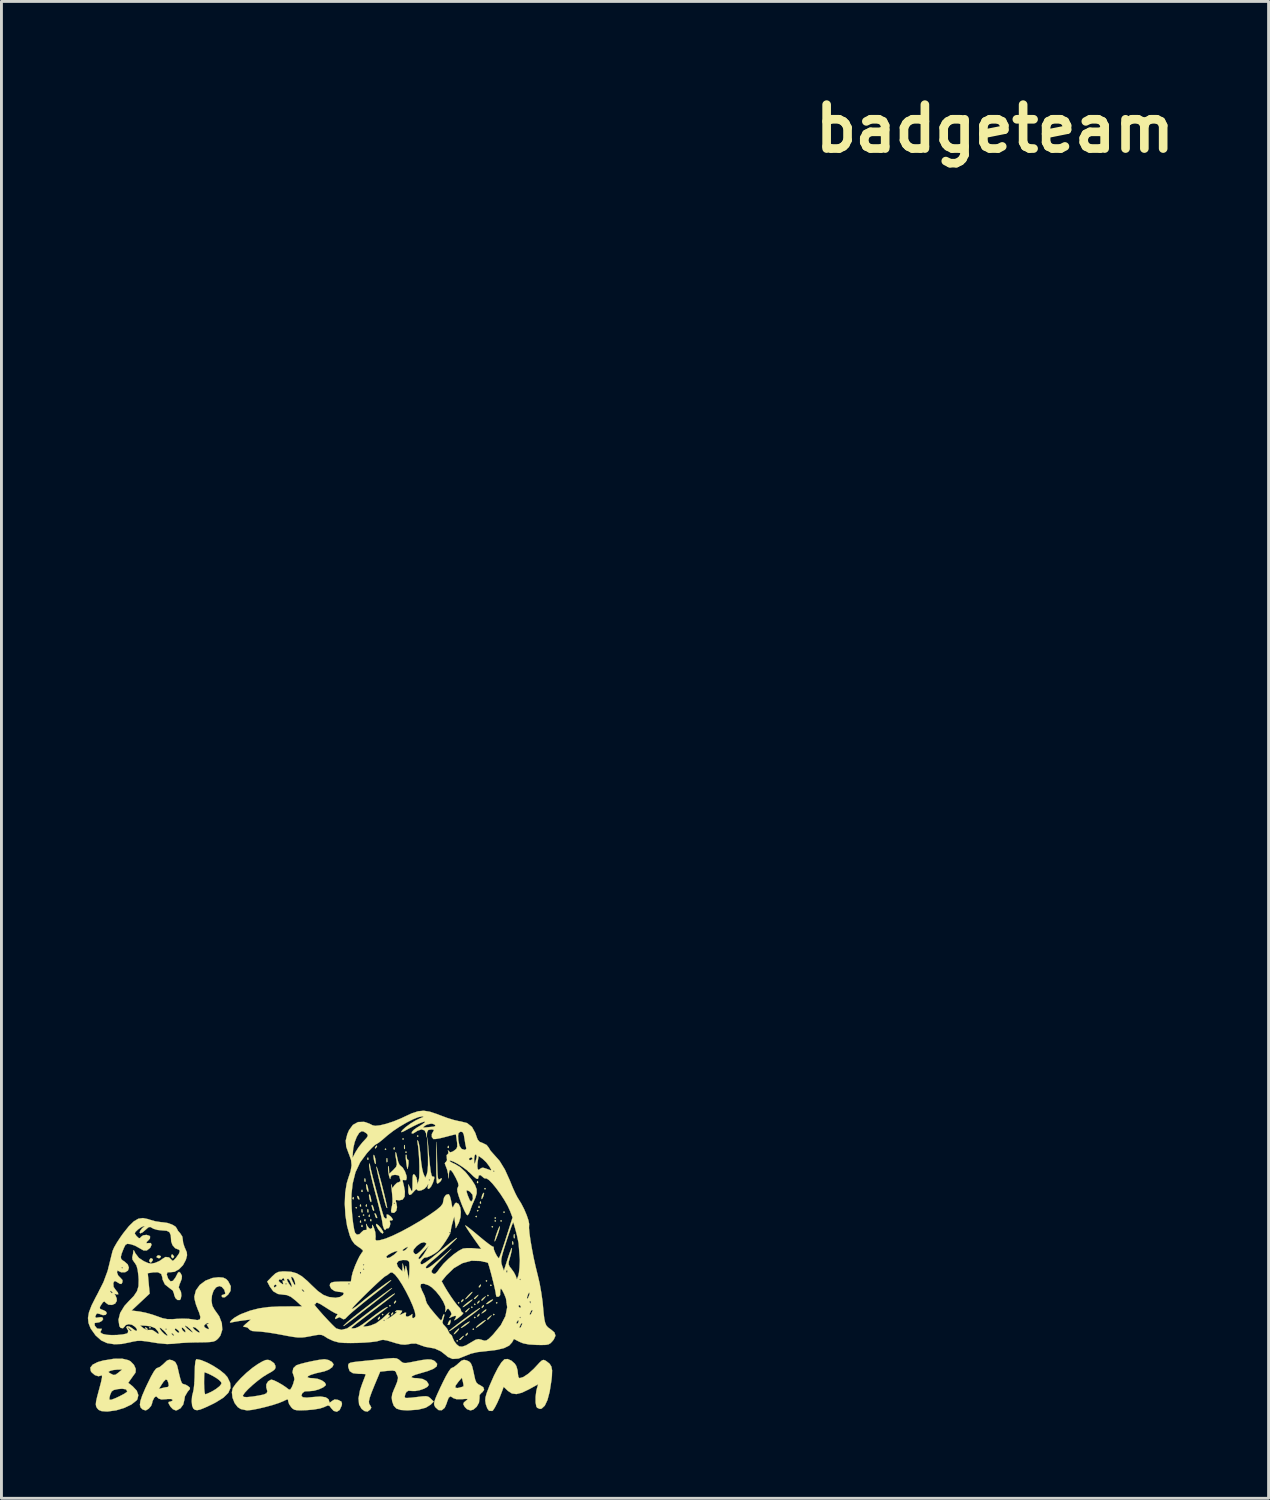
<source format=kicad_pcb>
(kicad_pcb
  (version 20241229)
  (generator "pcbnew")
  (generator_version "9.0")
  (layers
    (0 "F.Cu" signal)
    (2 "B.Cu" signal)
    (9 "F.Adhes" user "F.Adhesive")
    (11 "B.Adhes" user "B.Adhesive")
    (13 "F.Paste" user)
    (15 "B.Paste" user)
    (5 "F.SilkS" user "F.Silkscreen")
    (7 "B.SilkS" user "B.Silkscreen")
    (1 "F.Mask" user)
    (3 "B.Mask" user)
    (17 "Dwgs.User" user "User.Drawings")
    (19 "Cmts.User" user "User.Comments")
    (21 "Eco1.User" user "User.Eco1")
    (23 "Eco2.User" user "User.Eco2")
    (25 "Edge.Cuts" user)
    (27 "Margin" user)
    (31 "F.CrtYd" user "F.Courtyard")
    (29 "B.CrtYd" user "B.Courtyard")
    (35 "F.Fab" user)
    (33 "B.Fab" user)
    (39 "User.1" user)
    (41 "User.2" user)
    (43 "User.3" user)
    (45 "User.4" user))
  (footprint "badgeteam"
    (layer "F.Cu")
    (at 31.493 1.418)
    (property "Reference" "badgeteam" (at 0 0 0) (layer "F.SilkS") (effects (font (size 1.524 1.524) (thickness 0.3))))
    (attr through_hole)
    (fp_poly (pts (xy -29.312 41.631) (xy -29.337 41.656) (xy -29.362 41.631) (xy -29.337 41.605) (xy -29.312 41.631)) (stroke (width 0.01) (type solid)) (fill yes) (layer "F.SilkS"))
    (fp_poly (pts (xy -22.149 37.465) (xy -22.174 37.49) (xy -22.2 37.465) (xy -22.174 37.44) (xy -22.149 37.465)) (stroke (width 0.01) (type solid)) (fill yes) (layer "F.SilkS"))
    (fp_poly (pts (xy -22.047 37.77) (xy -22.073 37.795) (xy -22.098 37.77) (xy -22.073 37.744) (xy -22.047 37.77)) (stroke (width 0.01) (type solid)) (fill yes) (layer "F.SilkS"))
    (fp_poly (pts (xy -21.895 37.719) (xy -21.92 37.744) (xy -21.946 37.719) (xy -21.92 37.694) (xy -21.895 37.719)) (stroke (width 0.01) (type solid)) (fill yes) (layer "F.SilkS"))
    (fp_poly (pts (xy -21.234 41.173) (xy -21.26 41.199) (xy -21.285 41.173) (xy -21.26 41.148) (xy -21.234 41.173)) (stroke (width 0.01) (type solid)) (fill yes) (layer "F.SilkS"))
    (fp_poly (pts (xy -21.133 35.433) (xy -21.158 35.458) (xy -21.184 35.433) (xy -21.158 35.408) (xy -21.133 35.433)) (stroke (width 0.01) (type solid)) (fill yes) (layer "F.SilkS"))
    (fp_poly (pts (xy -20.98 40.869) (xy -21.006 40.894) (xy -21.031 40.869) (xy -21.006 40.843) (xy -20.98 40.869)) (stroke (width 0.01) (type solid)) (fill yes) (layer "F.SilkS"))
    (fp_poly (pts (xy -20.523 35.077) (xy -20.549 35.103) (xy -20.574 35.077) (xy -20.549 35.052) (xy -20.523 35.077)) (stroke (width 0.01) (type solid)) (fill yes) (layer "F.SilkS"))
    (fp_poly (pts (xy -20.422 35.535) (xy -20.447 35.56) (xy -20.472 35.535) (xy -20.447 35.509) (xy -20.422 35.535)) (stroke (width 0.01) (type solid)) (fill yes) (layer "F.SilkS"))
    (fp_poly (pts (xy -20.015 34.976) (xy -20.041 35.001) (xy -20.066 34.976) (xy -20.041 34.95) (xy -20.015 34.976)) (stroke (width 0.01) (type solid)) (fill yes) (layer "F.SilkS"))
    (fp_poly (pts (xy -18.644 42.088) (xy -18.669 42.113) (xy -18.694 42.088) (xy -18.669 42.062) (xy -18.644 42.088)) (stroke (width 0.01) (type solid)) (fill yes) (layer "F.SilkS"))
    (fp_poly (pts (xy -18.593 40.767) (xy -18.618 40.792) (xy -18.644 40.767) (xy -18.618 40.742) (xy -18.593 40.767)) (stroke (width 0.01) (type solid)) (fill yes) (layer "F.SilkS"))
    (fp_poly (pts (xy -18.136 40.919) (xy -18.161 40.945) (xy -18.186 40.919) (xy -18.161 40.894) (xy -18.136 40.919)) (stroke (width 0.01) (type solid)) (fill yes) (layer "F.SilkS"))
    (fp_poly (pts (xy -18.085 41.681) (xy -18.11 41.707) (xy -18.136 41.681) (xy -18.11 41.656) (xy -18.085 41.681)) (stroke (width 0.01) (type solid)) (fill yes) (layer "F.SilkS"))
    (fp_poly (pts (xy -18.034 40.818) (xy -18.059 40.843) (xy -18.085 40.818) (xy -18.059 40.792) (xy -18.034 40.818)) (stroke (width 0.01) (type solid)) (fill yes) (layer "F.SilkS"))
    (fp_poly (pts (xy -18.034 41.275) (xy -18.059 41.3) (xy -18.085 41.275) (xy -18.059 41.25) (xy -18.034 41.275)) (stroke (width 0.01) (type solid)) (fill yes) (layer "F.SilkS"))
    (fp_poly (pts (xy -17.983 37.77) (xy -18.009 37.795) (xy -18.034 37.77) (xy -18.009 37.744) (xy -17.983 37.77)) (stroke (width 0.01) (type solid)) (fill yes) (layer "F.SilkS"))
    (fp_poly (pts (xy -17.932 37.567) (xy -17.958 37.592) (xy -17.983 37.567) (xy -17.958 37.541) (xy -17.932 37.567)) (stroke (width 0.01) (type solid)) (fill yes) (layer "F.SilkS"))
    (fp_poly (pts (xy -17.678 36.805) (xy -17.704 36.83) (xy -17.729 36.805) (xy -17.704 36.779) (xy -17.678 36.805)) (stroke (width 0.01) (type solid)) (fill yes) (layer "F.SilkS"))
    (fp_poly (pts (xy -17.628 40.005) (xy -17.653 40.03) (xy -17.678 40.005) (xy -17.653 39.98) (xy -17.628 40.005)) (stroke (width 0.01) (type solid)) (fill yes) (layer "F.SilkS"))
    (fp_poly (pts (xy -17.577 40.513) (xy -17.602 40.538) (xy -17.628 40.513) (xy -17.602 40.488) (xy -17.577 40.513)) (stroke (width 0.01) (type solid)) (fill yes) (layer "F.SilkS"))
    (fp_poly (pts (xy -17.475 40.157) (xy -17.501 40.183) (xy -17.526 40.157) (xy -17.501 40.132) (xy -17.475 40.157)) (stroke (width 0.01) (type solid)) (fill yes) (layer "F.SilkS"))
    (fp_poly (pts (xy -17.424 38.125) (xy -17.45 38.151) (xy -17.475 38.125) (xy -17.45 38.1) (xy -17.424 38.125)) (stroke (width 0.01) (type solid)) (fill yes) (layer "F.SilkS"))
    (fp_poly (pts (xy -17.374 41.173) (xy -17.399 41.199) (xy -17.424 41.173) (xy -17.399 41.148) (xy -17.374 41.173)) (stroke (width 0.01) (type solid)) (fill yes) (layer "F.SilkS"))
    (fp_poly (pts (xy -17.323 37.821) (xy -17.348 37.846) (xy -17.374 37.821) (xy -17.348 37.795) (xy -17.323 37.821)) (stroke (width 0.01) (type solid)) (fill yes) (layer "F.SilkS"))
    (fp_poly (pts (xy -17.323 37.922) (xy -17.348 37.948) (xy -17.374 37.922) (xy -17.348 37.897) (xy -17.323 37.922)) (stroke (width 0.01) (type solid)) (fill yes) (layer "F.SilkS"))
    (fp_poly (pts (xy -17.272 40.767) (xy -17.297 40.792) (xy -17.323 40.767) (xy -17.297 40.742) (xy -17.272 40.767)) (stroke (width 0.01) (type solid)) (fill yes) (layer "F.SilkS"))
    (fp_poly (pts (xy -17.12 37.922) (xy -17.145 37.948) (xy -17.17 37.922) (xy -17.145 37.897) (xy -17.12 37.922)) (stroke (width 0.01) (type solid)) (fill yes) (layer "F.SilkS"))
    (fp_poly (pts (xy -17.018 37.617) (xy -17.043 37.643) (xy -17.069 37.617) (xy -17.043 37.592) (xy -17.018 37.617)) (stroke (width 0.01) (type solid)) (fill yes) (layer "F.SilkS"))
    (fp_poly (pts (xy -22.267 37.101) (xy -22.261 37.161) (xy -22.267 37.169) (xy -22.298 37.162) (xy -22.301 37.135) (xy -22.283 37.093) (xy -22.267 37.101)) (stroke (width 0.01) (type solid)) (fill yes) (layer "F.SilkS"))
    (fp_poly (pts (xy -22.013 37.355) (xy -22.007 37.415) (xy -22.013 37.423) (xy -22.044 37.416) (xy -22.047 37.389) (xy -22.029 37.347) (xy -22.013 37.355)) (stroke (width 0.01) (type solid)) (fill yes) (layer "F.SilkS"))
    (fp_poly (pts (xy -22.013 37.914) (xy -22.007 37.974) (xy -22.013 37.981) (xy -22.044 37.974) (xy -22.047 37.948) (xy -22.029 37.906) (xy -22.013 37.914)) (stroke (width 0.01) (type solid)) (fill yes) (layer "F.SilkS"))
    (fp_poly (pts (xy -21.963 36.847) (xy -21.956 36.907) (xy -21.963 36.915) (xy -21.993 36.908) (xy -21.996 36.881) (xy -21.978 36.839) (xy -21.963 36.847)) (stroke (width 0.01) (type solid)) (fill yes) (layer "F.SilkS"))
    (fp_poly (pts (xy -21.963 38.066) (xy -21.956 38.126) (xy -21.963 38.134) (xy -21.993 38.127) (xy -21.996 38.1) (xy -21.978 38.058) (xy -21.963 38.066)) (stroke (width 0.01) (type solid)) (fill yes) (layer "F.SilkS"))
    (fp_poly (pts (xy -21.962 37.532) (xy -21.956 37.611) (xy -21.966 37.629) (xy -21.989 37.614) (xy -21.992 37.562) (xy -21.98 37.508) (xy -21.962 37.532)) (stroke (width 0.01) (type solid)) (fill yes) (layer "F.SilkS"))
    (fp_poly (pts (xy -21.861 37.863) (xy -21.855 37.923) (xy -21.861 37.931) (xy -21.891 37.924) (xy -21.895 37.897) (xy -21.876 37.855) (xy -21.861 37.863)) (stroke (width 0.01) (type solid)) (fill yes) (layer "F.SilkS"))
    (fp_poly (pts (xy -21.86 36.465) (xy -21.854 36.544) (xy -21.864 36.562) (xy -21.887 36.547) (xy -21.891 36.496) (xy -21.878 36.441) (xy -21.86 36.465)) (stroke (width 0.01) (type solid)) (fill yes) (layer "F.SilkS"))
    (fp_poly (pts (xy -21.81 37.355) (xy -21.804 37.415) (xy -21.81 37.423) (xy -21.84 37.416) (xy -21.844 37.389) (xy -21.825 37.347) (xy -21.81 37.355)) (stroke (width 0.01) (type solid)) (fill yes) (layer "F.SilkS"))
    (fp_poly (pts (xy -21.759 35.729) (xy -21.753 35.79) (xy -21.759 35.797) (xy -21.79 35.79) (xy -21.793 35.763) (xy -21.775 35.721) (xy -21.759 35.729)) (stroke (width 0.01) (type solid)) (fill yes) (layer "F.SilkS"))
    (fp_poly (pts (xy -21.758 37.532) (xy -21.752 37.611) (xy -21.763 37.629) (xy -21.786 37.614) (xy -21.789 37.562) (xy -21.777 37.508) (xy -21.758 37.532)) (stroke (width 0.01) (type solid)) (fill yes) (layer "F.SilkS"))
    (fp_poly (pts (xy -21.709 37.711) (xy -21.702 37.771) (xy -21.709 37.778) (xy -21.739 37.771) (xy -21.742 37.744) (xy -21.724 37.703) (xy -21.709 37.711)) (stroke (width 0.01) (type solid)) (fill yes) (layer "F.SilkS"))
    (fp_poly (pts (xy -21.658 37.863) (xy -21.652 37.923) (xy -21.658 37.931) (xy -21.688 37.924) (xy -21.692 37.897) (xy -21.673 37.855) (xy -21.658 37.863)) (stroke (width 0.01) (type solid)) (fill yes) (layer "F.SilkS"))
    (fp_poly (pts (xy -21.099 35.751) (xy -21.092 35.855) (xy -21.099 35.877) (xy -21.118 35.884) (xy -21.125 35.814) (xy -21.117 35.742) (xy -21.099 35.751)) (stroke (width 0.01) (type solid)) (fill yes) (layer "F.SilkS"))
    (fp_poly (pts (xy -20.845 35.374) (xy -20.839 35.434) (xy -20.845 35.441) (xy -20.875 35.434) (xy -20.879 35.408) (xy -20.86 35.366) (xy -20.845 35.374)) (stroke (width 0.01) (type solid)) (fill yes) (layer "F.SilkS"))
    (fp_poly (pts (xy -20.49 35.293) (xy -20.483 35.397) (xy -20.49 35.42) (xy -20.508 35.427) (xy -20.515 35.357) (xy -20.507 35.285) (xy -20.49 35.293)) (stroke (width 0.01) (type solid)) (fill yes) (layer "F.SilkS"))
    (fp_poly (pts (xy -18.965 35.323) (xy -18.959 35.383) (xy -18.965 35.391) (xy -18.996 35.384) (xy -18.999 35.357) (xy -18.981 35.315) (xy -18.965 35.323)) (stroke (width 0.01) (type solid)) (fill yes) (layer "F.SilkS"))
    (fp_poly (pts (xy -17.949 36.542) (xy -17.943 36.602) (xy -17.949 36.61) (xy -17.98 36.603) (xy -17.983 36.576) (xy -17.965 36.534) (xy -17.949 36.542)) (stroke (width 0.01) (type solid)) (fill yes) (layer "F.SilkS"))
    (fp_poly (pts (xy -17.899 37.406) (xy -17.892 37.466) (xy -17.899 37.473) (xy -17.929 37.466) (xy -17.932 37.44) (xy -17.914 37.398) (xy -17.899 37.406)) (stroke (width 0.01) (type solid)) (fill yes) (layer "F.SilkS"))
    (fp_poly (pts (xy -17.848 37.253) (xy -17.842 37.314) (xy -17.848 37.321) (xy -17.878 37.314) (xy -17.882 37.287) (xy -17.863 37.245) (xy -17.848 37.253)) (stroke (width 0.01) (type solid)) (fill yes) (layer "F.SilkS"))
    (fp_poly (pts (xy -16.729 38.649) (xy -16.723 38.729) (xy -16.733 38.747) (xy -16.756 38.731) (xy -16.76 38.68) (xy -16.748 38.626) (xy -16.729 38.649)) (stroke (width 0.01) (type solid)) (fill yes) (layer "F.SilkS"))
    (fp_poly (pts (xy -16.68 38.392) (xy -16.673 38.496) (xy -16.68 38.519) (xy -16.698 38.525) (xy -16.705 38.456) (xy -16.697 38.383) (xy -16.68 38.392)) (stroke (width 0.01) (type solid)) (fill yes) (layer "F.SilkS"))
    (fp_poly (pts (xy -29.472 41.626) (xy -29.417 41.677) (xy -29.429 41.706) (xy -29.436 41.707) (xy -29.479 41.671) (xy -29.494 41.648) (xy -29.5 41.613) (xy -29.472 41.626)) (stroke (width 0.01) (type solid)) (fill yes) (layer "F.SilkS"))
    (fp_poly (pts (xy -22.1 37.07) (xy -22.08 37.107) (xy -22.067 37.179) (xy -22.102 37.165) (xy -22.125 37.131) (xy -22.141 37.065) (xy -22.135 37.053) (xy -22.1 37.07)) (stroke (width 0.01) (type solid)) (fill yes) (layer "F.SilkS"))
    (fp_poly (pts (xy -21.482 37.71) (xy -21.449 37.794) (xy -21.452 37.827) (xy -21.487 37.808) (xy -21.508 37.768) (xy -21.536 37.671) (xy -21.524 37.652) (xy -21.482 37.71)) (stroke (width 0.01) (type solid)) (fill yes) (layer "F.SilkS"))
    (fp_poly (pts (xy -17.675 41.041) (xy -17.744 41.092) (xy -17.82 41.135) (xy -17.817 41.119) (xy -17.769 41.068) (xy -17.694 41.007) (xy -17.657 41.001) (xy -17.675 41.041)) (stroke (width 0.01) (type solid)) (fill yes) (layer "F.SilkS"))
    (fp_poly (pts (xy -29.237 39.251) (xy -29.242 39.294) (xy -29.292 39.361) (xy -29.317 39.37) (xy -29.357 39.329) (xy -29.362 39.294) (xy -29.323 39.226) (xy -29.288 39.218) (xy -29.237 39.251)) (stroke (width 0.01) (type solid)) (fill yes) (layer "F.SilkS"))
    (fp_poly (pts (xy -28.965 39.143) (xy -28.956 39.167) (xy -28.997 39.212) (xy -29.032 39.218) (xy -29.1 39.19) (xy -29.108 39.167) (xy -29.067 39.122) (xy -29.032 39.116) (xy -28.965 39.143)) (stroke (width 0.01) (type solid)) (fill yes) (layer "F.SilkS"))
    (fp_poly (pts (xy -28.55 39.091) (xy -28.501 39.156) (xy -28.499 39.17) (xy -28.538 39.216) (xy -28.55 39.218) (xy -28.594 39.176) (xy -28.6 39.138) (xy -28.576 39.086) (xy -28.55 39.091)) (stroke (width 0.01) (type solid)) (fill yes) (layer "F.SilkS"))
    (fp_poly (pts (xy -21.801 36.67) (xy -21.771 36.757) (xy -21.754 36.864) (xy -21.759 36.915) (xy -21.785 36.889) (xy -21.815 36.801) (xy -21.833 36.695) (xy -21.827 36.644) (xy -21.801 36.67)) (stroke (width 0.01) (type solid)) (fill yes) (layer "F.SilkS"))
    (fp_poly (pts (xy -21.699 37.025) (xy -21.67 37.113) (xy -21.652 37.219) (xy -21.658 37.27) (xy -21.684 37.244) (xy -21.713 37.157) (xy -21.731 37.05) (xy -21.726 36.999) (xy -21.699 37.025)) (stroke (width 0.01) (type solid)) (fill yes) (layer "F.SilkS"))
    (fp_poly (pts (xy -21.586 37.434) (xy -21.556 37.532) (xy -21.557 37.576) (xy -21.589 37.555) (xy -21.609 37.514) (xy -21.636 37.408) (xy -21.638 37.372) (xy -21.62 37.367) (xy -21.586 37.434)) (stroke (width 0.01) (type solid)) (fill yes) (layer "F.SilkS"))
    (fp_poly (pts (xy -21.454 35.339) (xy -21.463 35.357) (xy -21.511 35.405) (xy -21.52 35.408) (xy -21.523 35.375) (xy -21.514 35.357) (xy -21.466 35.308) (xy -21.457 35.306) (xy -21.454 35.339)) (stroke (width 0.01) (type solid)) (fill yes) (layer "F.SilkS"))
    (fp_poly (pts (xy -21.352 41.282) (xy -21.361 41.3) (xy -21.409 41.349) (xy -21.418 41.351) (xy -21.422 41.318) (xy -21.412 41.3) (xy -21.364 41.252) (xy -21.355 41.25) (xy -21.352 41.282)) (stroke (width 0.01) (type solid)) (fill yes) (layer "F.SilkS"))
    (fp_poly (pts (xy -20.895 41.13) (xy -20.904 41.148) (xy -20.952 41.197) (xy -20.961 41.199) (xy -20.964 41.166) (xy -20.955 41.148) (xy -20.907 41.099) (xy -20.898 41.097) (xy -20.895 41.13)) (stroke (width 0.01) (type solid)) (fill yes) (layer "F.SilkS"))
    (fp_poly (pts (xy -20.793 40.724) (xy -20.803 40.742) (xy -20.85 40.79) (xy -20.859 40.792) (xy -20.863 40.76) (xy -20.853 40.742) (xy -20.806 40.693) (xy -20.797 40.691) (xy -20.793 40.724)) (stroke (width 0.01) (type solid)) (fill yes) (layer "F.SilkS"))
    (fp_poly (pts (xy -18.613 41.688) (xy -18.669 41.758) (xy -18.745 41.833) (xy -18.786 41.859) (xy -18.776 41.827) (xy -18.72 41.758) (xy -18.643 41.682) (xy -18.602 41.656) (xy -18.613 41.688)) (stroke (width 0.01) (type solid)) (fill yes) (layer "F.SilkS"))
    (fp_poly (pts (xy -18.456 41.937) (xy -18.485 41.974) (xy -18.559 42.052) (xy -18.592 42.052) (xy -18.593 42.043) (xy -18.558 42.001) (xy -18.504 41.954) (xy -18.444 41.91) (xy -18.456 41.937)) (stroke (width 0.01) (type solid)) (fill yes) (layer "F.SilkS"))
    (fp_poly (pts (xy -18.456 40.673) (xy -18.466 40.691) (xy -18.514 40.739) (xy -18.523 40.742) (xy -18.526 40.709) (xy -18.517 40.691) (xy -18.469 40.642) (xy -18.46 40.64) (xy -18.456 40.673)) (stroke (width 0.01) (type solid)) (fill yes) (layer "F.SilkS"))
    (fp_poly (pts (xy -18.304 41.841) (xy -18.313 41.859) (xy -18.361 41.908) (xy -18.37 41.91) (xy -18.374 41.877) (xy -18.364 41.859) (xy -18.316 41.811) (xy -18.307 41.808) (xy -18.304 41.841)) (stroke (width 0.01) (type solid)) (fill yes) (layer "F.SilkS"))
    (fp_poly (pts (xy -18.253 40.971) (xy -18.282 41.008) (xy -18.356 41.087) (xy -18.389 41.087) (xy -18.39 41.078) (xy -18.355 41.036) (xy -18.301 40.989) (xy -18.241 40.945) (xy -18.253 40.971)) (stroke (width 0.01) (type solid)) (fill yes) (layer "F.SilkS"))
    (fp_poly (pts (xy -17.948 40.514) (xy -17.977 40.551) (xy -18.051 40.63) (xy -18.084 40.63) (xy -18.085 40.621) (xy -18.05 40.578) (xy -17.996 40.532) (xy -17.936 40.488) (xy -17.948 40.514)) (stroke (width 0.01) (type solid)) (fill yes) (layer "F.SilkS"))
    (fp_poly (pts (xy -17.898 40.724) (xy -17.907 40.742) (xy -17.955 40.79) (xy -17.964 40.792) (xy -17.967 40.76) (xy -17.958 40.742) (xy -17.91 40.693) (xy -17.901 40.691) (xy -17.898 40.724)) (stroke (width 0.01) (type solid)) (fill yes) (layer "F.SilkS"))
    (fp_poly (pts (xy -17.898 41.181) (xy -17.907 41.199) (xy -17.955 41.247) (xy -17.964 41.25) (xy -17.967 41.217) (xy -17.958 41.199) (xy -17.91 41.15) (xy -17.901 41.148) (xy -17.898 41.181)) (stroke (width 0.01) (type solid)) (fill yes) (layer "F.SilkS"))
    (fp_poly (pts (xy -17.847 40.165) (xy -17.856 40.183) (xy -17.904 40.231) (xy -17.913 40.234) (xy -17.916 40.201) (xy -17.907 40.183) (xy -17.859 40.134) (xy -17.85 40.132) (xy -17.847 40.165)) (stroke (width 0.01) (type solid)) (fill yes) (layer "F.SilkS"))
    (fp_poly (pts (xy -17.745 40.876) (xy -17.755 40.894) (xy -17.802 40.943) (xy -17.811 40.945) (xy -17.815 40.912) (xy -17.805 40.894) (xy -17.758 40.845) (xy -17.749 40.843) (xy -17.745 40.876)) (stroke (width 0.01) (type solid)) (fill yes) (layer "F.SilkS"))
    (fp_poly (pts (xy -17.737 36.979) (xy -17.766 37.074) (xy -17.78 37.109) (xy -17.815 37.167) (xy -17.826 37.135) (xy -17.802 37.026) (xy -17.78 36.982) (xy -17.742 36.943) (xy -17.737 36.979)) (stroke (width 0.01) (type solid)) (fill yes) (layer "F.SilkS"))
    (fp_poly (pts (xy -17.694 40.565) (xy -17.723 40.602) (xy -17.797 40.681) (xy -17.83 40.681) (xy -17.831 40.672) (xy -17.796 40.629) (xy -17.742 40.583) (xy -17.682 40.539) (xy -17.694 40.565)) (stroke (width 0.01) (type solid)) (fill yes) (layer "F.SilkS"))
    (fp_poly (pts (xy -17.491 41.225) (xy -17.52 41.262) (xy -17.594 41.341) (xy -17.627 41.341) (xy -17.628 41.332) (xy -17.593 41.29) (xy -17.539 41.243) (xy -17.479 41.199) (xy -17.491 41.225)) (stroke (width 0.01) (type solid)) (fill yes) (layer "F.SilkS"))
    (fp_poly (pts (xy -18.899 41.4) (xy -18.898 41.412) (xy -18.924 41.504) (xy -18.948 41.529) (xy -18.995 41.532) (xy -18.998 41.519) (xy -18.973 41.445) (xy -18.948 41.402) (xy -18.909 41.354) (xy -18.899 41.4)) (stroke (width 0.01) (type solid)) (fill yes) (layer "F.SilkS"))
    (fp_poly (pts (xy -21.542 35.662) (xy -21.514 35.763) (xy -21.496 35.88) (xy -21.501 35.945) (xy -21.502 35.946) (xy -21.527 35.92) (xy -21.555 35.823) (xy -21.558 35.808) (xy -21.576 35.678) (xy -21.568 35.627) (xy -21.542 35.662)) (stroke (width 0.01) (type solid)) (fill yes) (layer "F.SilkS"))
    (fp_poly (pts (xy -17.424 40.658) (xy -17.462 40.697) (xy -17.553 40.764) (xy -17.558 40.766) (xy -17.638 40.81) (xy -17.659 40.803) (xy -17.656 40.798) (xy -17.602 40.744) (xy -17.52 40.688) (xy -17.449 40.654) (xy -17.424 40.658)) (stroke (width 0.01) (type solid)) (fill yes) (layer "F.SilkS"))
    (fp_poly (pts (xy -21.463 38.031) (xy -21.392 38.087) (xy -21.309 38.186) (xy -21.248 38.284) (xy -21.234 38.327) (xy -21.259 38.361) (xy -21.319 38.323) (xy -21.398 38.228) (xy -21.429 38.179) (xy -21.487 38.066) (xy -21.48 38.027) (xy -21.463 38.031)) (stroke (width 0.01) (type solid)) (fill yes) (layer "F.SilkS"))
    (fp_poly (pts (xy -18.172 40.697) (xy -18.265 40.776) (xy -18.322 40.821) (xy -18.423 40.892) (xy -18.474 40.917) (xy -18.473 40.906) (xy -18.42 40.849) (xy -18.329 40.774) (xy -18.232 40.703) (xy -18.158 40.658) (xy -18.136 40.656) (xy -18.172 40.697)) (stroke (width 0.01) (type solid)) (fill yes) (layer "F.SilkS"))
    (fp_poly (pts (xy -17.715 41.409) (xy -17.808 41.488) (xy -17.865 41.532) (xy -17.966 41.604) (xy -18.016 41.628) (xy -18.016 41.617) (xy -17.962 41.56) (xy -17.872 41.485) (xy -17.775 41.414) (xy -17.701 41.369) (xy -17.678 41.367) (xy -17.715 41.409)) (stroke (width 0.01) (type solid)) (fill yes) (layer "F.SilkS"))
    (fp_poly (pts (xy -18.237 41.42) (xy -18.274 41.464) (xy -18.366 41.537) (xy -18.39 41.554) (xy -18.488 41.618) (xy -18.54 41.64) (xy -18.542 41.638) (xy -18.505 41.594) (xy -18.413 41.521) (xy -18.39 41.504) (xy -18.292 41.44) (xy -18.24 41.418) (xy -18.237 41.42)) (stroke (width 0.01) (type solid)) (fill yes) (layer "F.SilkS"))
    (fp_poly (pts (xy -18.156 40.418) (xy -18.222 40.496) (xy -18.237 40.513) (xy -18.324 40.598) (xy -18.379 40.639) (xy -18.382 40.64) (xy -18.369 40.608) (xy -18.303 40.53) (xy -18.288 40.513) (xy -18.201 40.428) (xy -18.146 40.387) (xy -18.143 40.386) (xy -18.156 40.418)) (stroke (width 0.01) (type solid)) (fill yes) (layer "F.SilkS"))
    (fp_poly (pts (xy -17.195 38.168) (xy -17.228 38.289) (xy -17.268 38.409) (xy -17.321 38.546) (xy -17.358 38.624) (xy -17.37 38.63) (xy -17.358 38.554) (xy -17.324 38.433) (xy -17.278 38.299) (xy -17.233 38.183) (xy -17.199 38.118) (xy -17.19 38.114) (xy -17.195 38.168)) (stroke (width 0.01) (type solid)) (fill yes) (layer "F.SilkS"))
    (fp_poly (pts (xy -20.427 35.641) (xy -20.422 35.707) (xy -20.407 35.785) (xy -20.381 35.795) (xy -20.36 35.822) (xy -20.359 35.919) (xy -20.362 35.945) (xy -20.378 36.061) (xy -20.393 36.118) (xy -20.395 36.119) (xy -20.409 36.074) (xy -20.429 35.959) (xy -20.44 35.882) (xy -20.454 35.737) (xy -20.454 35.639) (xy -20.447 35.619) (xy -20.427 35.641)) (stroke (width 0.01) (type solid)) (fill yes) (layer "F.SilkS"))
    (fp_poly (pts (xy -19.368 35.857) (xy -19.36 36.131) (xy -19.351 36.317) (xy -19.338 36.429) (xy -19.319 36.48) (xy -19.293 36.484) (xy -19.277 36.473) (xy -19.217 36.442) (xy -19.202 36.458) (xy -19.239 36.536) (xy -19.315 36.608) (xy -19.365 36.627) (xy -19.379 36.579) (xy -19.389 36.448) (xy -19.395 36.251) (xy -19.396 36.006) (xy -19.395 35.903) (xy -19.383 35.179) (xy -19.368 35.857)) (stroke (width 0.01) (type solid)) (fill yes) (layer "F.SilkS"))
    (fp_poly (pts (xy -21.454 36.075) (xy -21.416 36.196) (xy -21.362 36.383) (xy -21.299 36.618) (xy -21.268 36.737) (xy -21.204 36.992) (xy -21.152 37.21) (xy -21.117 37.373) (xy -21.101 37.464) (xy -21.102 37.476) (xy -21.127 37.449) (xy -21.152 37.378) (xy -21.216 37.144) (xy -21.281 36.891) (xy -21.343 36.64) (xy -21.399 36.409) (xy -21.442 36.219) (xy -21.468 36.088) (xy -21.473 36.036) (xy -21.454 36.075)) (stroke (width 0.01) (type solid)) (fill yes) (layer "F.SilkS"))
    (fp_poly (pts (xy -17.889 40.967) (xy -17.959 41.028) (xy -18.078 41.122) (xy -18.236 41.241) (xy -18.25 41.251) (xy -18.439 41.39) (xy -18.618 41.521) (xy -18.755 41.623) (xy -18.783 41.644) (xy -18.885 41.716) (xy -18.943 41.747) (xy -18.948 41.744) (xy -18.91 41.705) (xy -18.807 41.621) (xy -18.657 41.503) (xy -18.477 41.366) (xy -18.284 41.224) (xy -18.097 41.089) (xy -18.047 41.053) (xy -17.925 40.972) (xy -17.875 40.945) (xy -17.889 40.967)) (stroke (width 0.01) (type solid)) (fill yes) (layer "F.SilkS"))
    (fp_poly (pts (xy -20.93 40.254) (xy -20.967 40.29) (xy -21.072 40.376) (xy -21.227 40.502) (xy -21.421 40.656) (xy -21.637 40.827) (xy -21.863 41.003) (xy -22.082 41.174) (xy -22.282 41.328) (xy -22.447 41.453) (xy -22.563 41.539) (xy -22.606 41.569) (xy -22.618 41.567) (xy -22.565 41.512) (xy -22.504 41.455) (xy -22.406 41.371) (xy -22.256 41.249) (xy -22.068 41.101) (xy -21.858 40.938) (xy -21.639 40.77) (xy -21.426 40.609) (xy -21.235 40.465) (xy -21.078 40.351) (xy -20.972 40.277) (xy -20.93 40.253) (xy -20.93 40.254)) (stroke (width 0.01) (type solid)) (fill yes) (layer "F.SilkS"))
    (fp_poly (pts (xy -21.699 35.968) (xy -21.697 35.992) (xy -21.682 36.073) (xy -21.645 36.23) (xy -21.591 36.443) (xy -21.526 36.69) (xy -21.456 36.953) (xy -21.384 37.212) (xy -21.318 37.445) (xy -21.263 37.634) (xy -21.223 37.759) (xy -21.208 37.796) (xy -21.15 37.845) (xy -21.109 37.823) (xy -21.114 37.77) (xy -21.119 37.704) (xy -21.068 37.704) (xy -20.983 37.766) (xy -20.955 37.795) (xy -20.901 37.876) (xy -20.936 37.907) (xy -20.997 37.902) (xy -21.016 37.926) (xy -21.006 37.947) (xy -20.992 38.024) (xy -21.012 38.114) (xy -21.051 38.175) (xy -21.081 38.177) (xy -21.133 38.189) (xy -21.145 38.211) (xy -21.175 38.241) (xy -21.209 38.201) (xy -21.245 38.103) (xy -21.27 37.962) (xy -21.271 37.949) (xy -21.29 37.841) (xy -21.332 37.656) (xy -21.391 37.413) (xy -21.462 37.134) (xy -21.52 36.919) (xy -21.594 36.635) (xy -21.655 36.381) (xy -21.7 36.174) (xy -21.725 36.033) (xy -21.727 35.979) (xy -21.708 35.925) (xy -21.699 35.968)) (stroke (width 0.01) (type solid)) (fill yes) (layer "F.SilkS"))
    (fp_poly (pts (xy -27.563 42.754) (xy -27.36 42.837) (xy -27.138 42.955) (xy -26.926 43.092) (xy -26.751 43.231) (xy -26.649 43.344) (xy -26.553 43.542) (xy -26.54 43.722) (xy -26.616 43.891) (xy -26.783 44.055) (xy -27.046 44.22) (xy -27.2 44.299) (xy -27.431 44.407) (xy -27.591 44.471) (xy -27.698 44.494) (xy -27.773 44.481) (xy -27.828 44.44) (xy -27.872 44.34) (xy -27.887 44.182) (xy -27.874 44.005) (xy -27.839 43.867) (xy -27.817 43.76) (xy -27.798 43.581) (xy -27.797 43.561) (xy -27.457 43.561) (xy -27.452 43.743) (xy -27.439 43.878) (xy -27.421 43.94) (xy -27.417 43.942) (xy -27.35 43.921) (xy -27.232 43.867) (xy -27.189 43.846) (xy -27.044 43.759) (xy -26.928 43.668) (xy -26.911 43.651) (xy -26.855 43.577) (xy -26.865 43.52) (xy -26.937 43.445) (xy -27.033 43.375) (xy -27.17 43.295) (xy -27.31 43.225) (xy -27.418 43.184) (xy -27.443 43.18) (xy -27.45 43.227) (xy -27.455 43.35) (xy -27.457 43.525) (xy -27.457 43.561) (xy -27.797 43.561) (xy -27.786 43.36) (xy -27.783 43.229) (xy -27.776 42.966) (xy -27.758 42.801) (xy -27.731 42.728) (xy -27.719 42.723) (xy -27.563 42.754)) (stroke (width 0.01) (type solid)) (fill yes) (layer "F.SilkS"))
    (fp_poly (pts (xy -16.787 42.774) (xy -16.669 42.878) (xy -16.616 42.962) (xy -16.574 43.107) (xy -16.561 43.233) (xy -16.545 43.339) (xy -16.507 43.383) (xy -16.374 43.343) (xy -16.203 43.23) (xy -16.013 43.059) (xy -15.932 42.973) (xy -15.807 42.837) (xy -15.726 42.765) (xy -15.667 42.747) (xy -15.607 42.771) (xy -15.572 42.793) (xy -15.463 42.879) (xy -15.4 42.977) (xy -15.374 43.113) (xy -15.381 43.31) (xy -15.398 43.462) (xy -15.458 43.847) (xy -15.535 44.14) (xy -15.628 44.337) (xy -15.735 44.437) (xy -15.795 44.45) (xy -15.889 44.412) (xy -15.92 44.37) (xy -15.947 44.226) (xy -15.947 44.031) (xy -15.923 43.832) (xy -15.905 43.755) (xy -15.859 43.593) (xy -16.176 43.768) (xy -16.422 43.886) (xy -16.613 43.934) (xy -16.769 43.913) (xy -16.907 43.824) (xy -16.92 43.811) (xy -17.056 43.681) (xy -17.107 43.824) (xy -17.19 44.039) (xy -17.278 44.238) (xy -17.361 44.399) (xy -17.426 44.499) (xy -17.45 44.519) (xy -17.544 44.517) (xy -17.572 44.504) (xy -17.623 44.432) (xy -17.67 44.304) (xy -17.679 44.269) (xy -17.695 44.16) (xy -17.687 44.049) (xy -17.647 43.907) (xy -17.572 43.71) (xy -17.544 43.641) (xy -17.393 43.297) (xy -17.254 43.025) (xy -17.133 42.834) (xy -17.034 42.731) (xy -17.027 42.727) (xy -16.917 42.717) (xy -16.787 42.774)) (stroke (width 0.01) (type solid)) (fill yes) (layer "F.SilkS"))
    (fp_poly (pts (xy -18.349 42.762) (xy -18.258 42.802) (xy -18.195 42.866) (xy -18.148 42.976) (xy -18.105 43.154) (xy -18.083 43.26) (xy -18.044 43.435) (xy -18 43.538) (xy -17.936 43.597) (xy -17.877 43.624) (xy -17.762 43.698) (xy -17.735 43.788) (xy -17.799 43.873) (xy -17.822 43.887) (xy -17.892 43.966) (xy -17.895 44.08) (xy -17.913 44.232) (xy -17.993 44.374) (xy -18.111 44.474) (xy -18.21 44.501) (xy -18.329 44.458) (xy -18.407 44.379) (xy -18.457 44.286) (xy -18.438 44.226) (xy -18.375 44.173) (xy -18.314 44.124) (xy -18.316 44.103) (xy -18.396 44.103) (xy -18.506 44.112) (xy -18.691 44.113) (xy -18.805 44.074) (xy -18.828 44.055) (xy -18.903 44.013) (xy -18.965 44.061) (xy -19.02 44.202) (xy -19.032 44.247) (xy -19.103 44.411) (xy -19.203 44.494) (xy -19.316 44.49) (xy -19.425 44.393) (xy -19.457 44.339) (xy -19.472 44.282) (xy -19.463 44.206) (xy -19.428 44.096) (xy -19.36 43.936) (xy -19.255 43.71) (xy -19.255 43.71) (xy -18.736 43.71) (xy -18.667 43.726) (xy -18.606 43.715) (xy -18.499 43.685) (xy -18.451 43.664) (xy -18.451 43.61) (xy -18.471 43.507) (xy -18.507 43.366) (xy -18.626 43.504) (xy -18.723 43.636) (xy -18.736 43.71) (xy -19.255 43.71) (xy -19.166 43.523) (xy -19.061 43.315) (xy -18.966 43.151) (xy -18.893 43.051) (xy -18.86 43.028) (xy -18.782 42.994) (xy -18.672 42.91) (xy -18.634 42.873) (xy -18.522 42.776) (xy -18.433 42.745) (xy -18.349 42.762)) (stroke (width 0.01) (type solid)) (fill yes) (layer "F.SilkS"))
    (fp_poly (pts (xy -28.563 42.76) (xy -28.458 42.821) (xy -28.396 42.937) (xy -28.378 43.006) (xy -28.32 43.258) (xy -28.276 43.426) (xy -28.241 43.526) (xy -28.21 43.574) (xy -28.176 43.586) (xy -28.087 43.614) (xy -28.013 43.659) (xy -27.95 43.712) (xy -27.951 43.761) (xy -28.02 43.842) (xy -28.029 43.852) (xy -28.123 44.014) (xy -28.143 44.136) (xy -28.181 44.296) (xy -28.276 44.427) (xy -28.403 44.497) (xy -28.442 44.501) (xy -28.538 44.461) (xy -28.62 44.376) (xy -28.687 44.263) (xy -28.692 44.21) (xy -28.636 44.196) (xy -28.626 44.196) (xy -28.558 44.165) (xy -28.55 44.138) (xy -28.594 44.104) (xy -28.73 44.106) (xy -28.773 44.111) (xy -28.935 44.121) (xy -29.032 44.092) (xy -29.063 44.063) (xy -29.121 44.012) (xy -29.171 44.044) (xy -29.195 44.074) (xy -29.249 44.185) (xy -29.261 44.249) (xy -29.297 44.344) (xy -29.38 44.441) (xy -29.472 44.497) (xy -29.493 44.5) (xy -29.576 44.474) (xy -29.597 44.462) (xy -29.661 44.398) (xy -29.686 44.306) (xy -29.668 44.174) (xy -29.605 43.986) (xy -29.506 43.756) (xy -29.028 43.756) (xy -28.903 43.723) (xy -28.784 43.697) (xy -28.719 43.689) (xy -28.683 43.647) (xy -28.697 43.548) (xy -28.738 43.445) (xy -28.79 43.429) (xy -28.865 43.504) (xy -28.923 43.59) (xy -29.028 43.756) (xy -29.506 43.756) (xy -29.494 43.729) (xy -29.443 43.619) (xy -29.305 43.337) (xy -29.198 43.148) (xy -29.12 43.048) (xy -29.081 43.028) (xy -28.995 42.993) (xy -28.885 42.905) (xy -28.85 42.871) (xy -28.746 42.772) (xy -28.662 42.741) (xy -28.563 42.76)) (stroke (width 0.01) (type solid)) (fill yes) (layer "F.SilkS"))
    (fp_poly (pts (xy -30.079 42.76) (xy -30.01 42.799) (xy -29.893 42.92) (xy -29.831 43.058) (xy -29.835 43.179) (xy -29.85 43.206) (xy -29.911 43.289) (xy -29.992 43.404) (xy -29.994 43.406) (xy -30.091 43.545) (xy -29.936 43.666) (xy -29.795 43.817) (xy -29.74 43.972) (xy -29.774 44.116) (xy -29.804 44.156) (xy -29.983 44.297) (xy -30.23 44.415) (xy -30.511 44.499) (xy -30.793 44.537) (xy -30.853 44.538) (xy -31.017 44.525) (xy -31.116 44.484) (xy -31.174 44.42) (xy -31.205 44.36) (xy -31.216 44.29) (xy -31.206 44.187) (xy -31.181 44.077) (xy -30.748 44.077) (xy -30.738 44.13) (xy -30.675 44.131) (xy -30.547 44.082) (xy -30.401 44.015) (xy -30.254 43.938) (xy -30.154 43.874) (xy -30.124 43.84) (xy -30.169 43.77) (xy -30.302 43.748) (xy -30.45 43.761) (xy -30.592 43.792) (xy -30.669 43.847) (xy -30.717 43.955) (xy -30.721 43.969) (xy -30.748 44.077) (xy -31.181 44.077) (xy -31.171 44.032) (xy -31.11 43.803) (xy -31.1 43.767) (xy -31.034 43.517) (xy -31.001 43.358) (xy -31.001 43.287) (xy -31.021 43.288) (xy -31.125 43.316) (xy -31.25 43.275) (xy -31.361 43.181) (xy -31.376 43.158) (xy -30.776 43.158) (xy -30.758 43.189) (xy -30.706 43.221) (xy -30.608 43.27) (xy -30.536 43.264) (xy -30.442 43.198) (xy -30.422 43.182) (xy -30.302 43.082) (xy -30.455 43.084) (xy -30.601 43.098) (xy -30.706 43.124) (xy -30.776 43.158) (xy -31.376 43.158) (xy -31.392 43.133) (xy -31.407 43.017) (xy -31.325 42.912) (xy -31.151 42.824) (xy -30.954 42.768) (xy -30.593 42.709) (xy -30.298 42.706) (xy -30.079 42.76)) (stroke (width 0.01) (type solid)) (fill yes) (layer "F.SilkS"))
    (fp_poly (pts (xy -19.644 35.712) (xy -19.614 36.011) (xy -19.587 36.216) (xy -19.559 36.338) (xy -19.529 36.385) (xy -19.52 36.386) (xy -19.471 36.387) (xy -19.462 36.432) (xy -19.493 36.541) (xy -19.517 36.609) (xy -19.573 36.723) (xy -19.634 36.794) (xy -19.681 36.812) (xy -19.696 36.764) (xy -19.686 36.715) (xy -19.669 36.642) (xy -19.684 36.653) (xy -19.728 36.725) (xy -19.804 36.804) (xy -19.907 36.857) (xy -20.003 36.875) (xy -20.061 36.847) (xy -20.066 36.825) (xy -20.092 36.819) (xy -20.156 36.881) (xy -20.171 36.899) (xy -20.272 37.006) (xy -20.335 37.019) (xy -20.364 36.937) (xy -20.367 36.843) (xy -20.363 36.652) (xy -20.293 36.805) (xy -20.256 36.879) (xy -20.235 36.893) (xy -20.225 36.836) (xy -20.221 36.694) (xy -20.221 36.608) (xy -20.217 36.426) (xy -20.205 36.329) (xy -20.182 36.301) (xy -20.142 36.322) (xy -20.083 36.419) (xy -20.063 36.519) (xy -20.06 36.652) (xy -20.007 36.525) (xy -20.003 36.5) (xy -19.66 36.5) (xy -19.634 36.525) (xy -19.609 36.5) (xy -19.634 36.474) (xy -19.66 36.5) (xy -20.003 36.5) (xy -19.99 36.426) (xy -19.982 36.252) (xy -19.982 36.029) (xy -19.99 35.784) (xy -20.005 35.544) (xy -20.026 35.333) (xy -20.046 35.204) (xy -20.056 35.126) (xy -20.034 35.14) (xy -20.025 35.154) (xy -20 35.237) (xy -19.973 35.393) (xy -19.95 35.594) (xy -19.943 35.675) (xy -19.919 35.898) (xy -19.888 36.1) (xy -19.854 36.245) (xy -19.844 36.274) (xy -19.779 36.427) (xy -19.723 36.303) (xy -19.697 36.187) (xy -19.683 35.987) (xy -19.682 35.718) (xy -19.685 35.603) (xy -19.704 35.027) (xy -19.644 35.712)) (stroke (width 0.01) (type solid)) (fill yes) (layer "F.SilkS"))
    (fp_poly (pts (xy -20.793 35.552) (xy -20.768 35.642) (xy -20.752 35.729) (xy -20.716 35.878) (xy -20.668 35.979) (xy -20.642 36.002) (xy -20.56 36.075) (xy -20.482 36.206) (xy -20.431 36.352) (xy -20.422 36.427) (xy -20.442 36.505) (xy -20.504 36.504) (xy -20.56 36.498) (xy -20.558 36.559) (xy -20.549 36.588) (xy -20.518 36.716) (xy -20.489 36.878) (xy -20.486 36.902) (xy -20.493 37.076) (xy -20.563 37.181) (xy -20.686 37.208) (xy -20.729 37.2) (xy -20.798 37.194) (xy -20.801 37.247) (xy -20.786 37.289) (xy -20.758 37.443) (xy -20.784 37.569) (xy -20.855 37.638) (xy -20.889 37.643) (xy -20.954 37.629) (xy -20.967 37.57) (xy -20.95 37.478) (xy -20.926 37.364) (xy -20.92 37.313) (xy -20.879 37.313) (xy -20.853 37.338) (xy -20.828 37.313) (xy -20.853 37.287) (xy -20.879 37.313) (xy -20.92 37.313) (xy -20.915 37.266) (xy -20.916 37.15) (xy -20.929 36.983) (xy -20.941 36.855) (xy -20.953 36.717) (xy -20.955 36.651) (xy -20.946 36.67) (xy -20.921 36.79) (xy -20.846 36.683) (xy -20.761 36.601) (xy -20.693 36.576) (xy -20.638 36.545) (xy -20.645 36.496) (xy -20.672 36.399) (xy -20.676 36.369) (xy -20.72 36.336) (xy -20.826 36.322) (xy -20.828 36.322) (xy -20.939 36.338) (xy -20.981 36.399) (xy -20.986 36.436) (xy -20.997 36.469) (xy -21.022 36.409) (xy -21.038 36.347) (xy -21.064 36.192) (xy -21.068 36.063) (xy -21.065 36.043) (xy -21.051 36.018) (xy -21.04 36.082) (xy -21.038 36.116) (xy -21.031 36.29) (xy -20.885 36.15) (xy -20.793 36.05) (xy -20.762 35.961) (xy -20.779 35.834) (xy -20.785 35.803) (xy -20.81 35.66) (xy -20.814 35.557) (xy -20.811 35.54) (xy -20.793 35.552)) (stroke (width 0.01) (type solid)) (fill yes) (layer "F.SilkS"))
    (fp_poly (pts (xy -20.774 42.695) (xy -20.692 42.737) (xy -20.65 42.774) (xy -20.588 42.827) (xy -20.526 42.854) (xy -20.439 42.855) (xy -20.298 42.832) (xy -20.15 42.802) (xy -19.89 42.753) (xy -19.706 42.73) (xy -19.579 42.735) (xy -19.487 42.766) (xy -19.444 42.794) (xy -19.366 42.883) (xy -19.379 42.969) (xy -19.486 43.052) (xy -19.69 43.135) (xy -19.926 43.204) (xy -20.128 43.264) (xy -20.238 43.315) (xy -20.254 43.354) (xy -20.174 43.378) (xy -20.048 43.383) (xy -19.865 43.411) (xy -19.728 43.486) (xy -19.662 43.593) (xy -19.66 43.621) (xy -19.705 43.684) (xy -19.819 43.747) (xy -19.97 43.799) (xy -20.126 43.828) (xy -20.236 43.826) (xy -20.361 43.818) (xy -20.43 43.858) (xy -20.464 43.919) (xy -20.492 44.017) (xy -20.48 44.064) (xy -20.414 44.07) (xy -20.275 44.061) (xy -20.093 44.04) (xy -20.068 44.037) (xy -19.873 44.013) (xy -19.751 44.008) (xy -19.673 44.026) (xy -19.611 44.07) (xy -19.59 44.091) (xy -19.485 44.196) (xy -19.59 44.301) (xy -19.763 44.408) (xy -20.027 44.475) (xy -20.377 44.499) (xy -20.399 44.5) (xy -20.629 44.486) (xy -20.78 44.436) (xy -20.873 44.336) (xy -20.927 44.183) (xy -20.943 44.056) (xy -20.924 43.93) (xy -20.861 43.767) (xy -20.83 43.701) (xy -20.754 43.513) (xy -20.724 43.379) (xy -20.73 43.331) (xy -20.781 43.215) (xy -20.793 43.178) (xy -20.829 43.133) (xy -20.916 43.117) (xy -21.077 43.127) (xy -21.08 43.127) (xy -21.343 43.155) (xy -21.543 43.632) (xy -21.645 43.885) (xy -21.708 44.064) (xy -21.735 44.186) (xy -21.728 44.267) (xy -21.692 44.327) (xy -21.684 44.336) (xy -21.652 44.407) (xy -21.69 44.473) (xy -21.783 44.543) (xy -21.887 44.524) (xy -21.987 44.448) (xy -22.076 44.297) (xy -22.095 44.08) (xy -22.044 43.803) (xy -21.971 43.586) (xy -21.908 43.422) (xy -21.862 43.301) (xy -21.844 43.247) (xy -21.844 43.247) (xy -21.89 43.238) (xy -22.006 43.232) (xy -22.096 43.231) (xy -22.29 43.209) (xy -22.404 43.135) (xy -22.451 42.998) (xy -22.454 42.937) (xy -22.44 42.884) (xy -22.386 42.849) (xy -22.271 42.824) (xy -22.085 42.802) (xy -21.794 42.773) (xy -21.575 42.751) (xy -21.397 42.732) (xy -21.231 42.715) (xy -21.063 42.697) (xy -20.886 42.684) (xy -20.774 42.695)) (stroke (width 0.01) (type solid)) (fill yes) (layer "F.SilkS"))
    (fp_poly (pts (xy -23.134 42.753) (xy -23.02 42.818) (xy -22.963 42.898) (xy -22.962 42.911) (xy -23.007 42.999) (xy -23.123 43.083) (xy -23.281 43.145) (xy -23.317 43.153) (xy -23.569 43.21) (xy -23.748 43.265) (xy -23.848 43.313) (xy -23.864 43.352) (xy -23.791 43.377) (xy -23.66 43.385) (xy -23.507 43.407) (xy -23.367 43.461) (xy -23.266 43.532) (xy -23.228 43.605) (xy -23.236 43.63) (xy -23.325 43.703) (xy -23.475 43.771) (xy -23.647 43.819) (xy -23.802 43.833) (xy -23.81 43.832) (xy -23.962 43.84) (xy -24.047 43.903) (xy -24.048 43.903) (xy -24.079 43.993) (xy -24.029 44.045) (xy -23.894 44.058) (xy -23.673 44.037) (xy -23.416 44.019) (xy -23.234 44.047) (xy -23.133 44.119) (xy -23.114 44.187) (xy -23.102 44.232) (xy -23.052 44.205) (xy -23.02 44.177) (xy -22.925 44.121) (xy -22.813 44.135) (xy -22.786 44.145) (xy -22.689 44.197) (xy -22.669 44.274) (xy -22.681 44.336) (xy -22.75 44.486) (xy -22.848 44.548) (xy -22.958 44.517) (xy -23.042 44.426) (xy -23.102 44.345) (xy -23.16 44.329) (xy -23.257 44.37) (xy -23.284 44.384) (xy -23.438 44.435) (xy -23.667 44.473) (xy -23.881 44.491) (xy -24.096 44.499) (xy -24.235 44.496) (xy -24.324 44.476) (xy -24.387 44.436) (xy -24.427 44.395) (xy -24.505 44.283) (xy -24.536 44.185) (xy -24.543 44.127) (xy -24.581 44.121) (xy -24.677 44.165) (xy -24.701 44.178) (xy -24.858 44.242) (xy -25.078 44.314) (xy -25.332 44.383) (xy -25.586 44.443) (xy -25.808 44.485) (xy -25.966 44.501) (xy -26.182 44.455) (xy -26.289 44.386) (xy -26.398 44.244) (xy -26.47 44.059) (xy -26.492 43.871) (xy -26.46 43.725) (xy -26.352 43.572) (xy -26.185 43.387) (xy -25.984 43.195) (xy -25.773 43.02) (xy -25.592 42.894) (xy -25.427 42.798) (xy -25.318 42.752) (xy -25.235 42.746) (xy -25.149 42.772) (xy -25.024 42.864) (xy -24.98 42.956) (xy -24.979 43.028) (xy -25.018 43.09) (xy -25.115 43.16) (xy -25.266 43.244) (xy -25.418 43.339) (xy -25.591 43.468) (xy -25.766 43.613) (xy -25.923 43.758) (xy -26.043 43.885) (xy -26.106 43.977) (xy -26.111 43.998) (xy -26.078 44.033) (xy -25.973 44.041) (xy -25.786 44.022) (xy -25.569 43.988) (xy -25.386 43.95) (xy -25.288 43.906) (xy -25.26 43.841) (xy -25.286 43.738) (xy -25.296 43.713) (xy -25.297 43.598) (xy -25.233 43.491) (xy -25.133 43.435) (xy -25.116 43.434) (xy -25.028 43.46) (xy -24.892 43.526) (xy -24.74 43.614) (xy -24.607 43.704) (xy -24.574 43.73) (xy -24.508 43.779) (xy -24.461 43.773) (xy -24.414 43.698) (xy -24.364 43.581) (xy -24.32 43.42) (xy -24.336 43.33) (xy -24.388 43.176) (xy -24.359 43.035) (xy -24.257 42.937) (xy -24.244 42.932) (xy -24.103 42.886) (xy -23.902 42.834) (xy -23.679 42.786) (xy -23.468 42.747) (xy -23.306 42.727) (xy -23.266 42.725) (xy -23.134 42.753)) (stroke (width 0.01) (type solid)) (fill yes) (layer "F.SilkS"))
    (fp_poly (pts (xy -29.405 37.859) (xy -29.348 37.879) (xy -29.152 37.935) (xy -28.941 37.967) (xy -28.901 37.969) (xy -28.73 37.993) (xy -28.569 38.049) (xy -28.449 38.121) (xy -28.397 38.196) (xy -28.397 38.201) (xy -28.363 38.267) (xy -28.291 38.347) (xy -28.213 38.467) (xy -28.198 38.565) (xy -28.184 38.686) (xy -28.134 38.839) (xy -28.116 38.877) (xy -28.059 39.01) (xy -28.049 39.114) (xy -28.083 39.247) (xy -28.095 39.282) (xy -28.19 39.459) (xy -28.329 39.601) (xy -28.485 39.689) (xy -28.633 39.703) (xy -28.637 39.702) (xy -28.729 39.708) (xy -28.754 39.783) (xy -28.708 39.917) (xy -28.7 39.932) (xy -28.623 40.019) (xy -28.54 40.004) (xy -28.452 39.889) (xy -28.427 39.841) (xy -28.367 39.725) (xy -28.327 39.69) (xy -28.285 39.723) (xy -28.269 39.744) (xy -28.227 39.832) (xy -28.235 39.937) (xy -28.295 40.091) (xy -28.309 40.12) (xy -28.339 40.23) (xy -28.305 40.296) (xy -28.259 40.39) (xy -28.247 40.517) (xy -28.268 40.628) (xy -28.298 40.667) (xy -28.379 40.668) (xy -28.454 40.599) (xy -28.497 40.489) (xy -28.499 40.457) (xy -28.545 40.337) (xy -28.65 40.26) (xy -28.818 40.127) (xy -28.899 39.955) (xy -28.905 39.888) (xy -28.945 39.764) (xy -29.06 39.704) (xy -29.226 39.708) (xy -29.413 39.739) (xy -29.38 40.092) (xy -29.347 40.446) (xy -29.661 40.74) (xy -29.975 41.034) (xy -29.695 41.069) (xy -29.49 41.109) (xy -29.254 41.175) (xy -29.096 41.23) (xy -28.899 41.3) (xy -28.735 41.332) (xy -28.551 41.334) (xy -28.423 41.324) (xy -28.205 41.315) (xy -27.995 41.322) (xy -27.855 41.341) (xy -27.691 41.366) (xy -27.603 41.342) (xy -27.584 41.258) (xy -27.629 41.104) (xy -27.672 41.003) (xy -27.741 40.819) (xy -27.786 40.644) (xy -27.796 40.548) (xy -27.741 40.334) (xy -27.606 40.145) (xy -27.407 39.996) (xy -27.164 39.903) (xy -26.955 39.878) (xy -26.794 39.891) (xy -26.689 39.942) (xy -26.623 40.012) (xy -26.531 40.187) (xy -26.54 40.352) (xy -26.621 40.478) (xy -26.732 40.572) (xy -26.811 40.577) (xy -26.848 40.538) (xy -26.836 40.495) (xy -26.8 40.488) (xy -26.731 40.459) (xy -26.721 40.433) (xy -26.756 40.311) (xy -26.841 40.214) (xy -26.925 40.183) (xy -27.04 40.228) (xy -27.129 40.345) (xy -27.184 40.509) (xy -27.2 40.691) (xy -27.172 40.865) (xy -27.095 41.004) (xy -26.932 41.233) (xy -26.841 41.472) (xy -26.826 41.701) (xy -26.89 41.901) (xy -26.947 41.979) (xy -27.007 42.041) (xy -27.065 42.084) (xy -27.139 42.111) (xy -27.25 42.127) (xy -27.418 42.135) (xy -27.66 42.139) (xy -27.762 42.14) (xy -28.01 42.147) (xy -28.247 42.16) (xy -28.437 42.177) (xy -28.501 42.186) (xy -28.739 42.198) (xy -29.069 42.166) (xy -29.226 42.141) (xy -29.465 42.103) (xy -29.635 42.085) (xy -29.771 42.086) (xy -29.905 42.107) (xy -30.028 42.136) (xy -30.324 42.195) (xy -30.576 42.204) (xy -30.827 42.164) (xy -31.028 42.071) (xy -31.222 41.9) (xy -31.385 41.671) (xy -31.405 41.634) (xy -31.447 41.526) (xy -31.26 41.526) (xy -31.246 41.567) (xy -31.173 41.657) (xy -31.088 41.668) (xy -31.012 41.669) (xy -31.02 41.709) (xy -31.034 41.727) (xy -31.059 41.785) (xy -31.005 41.831) (xy -30.952 41.853) (xy -30.829 41.878) (xy -30.654 41.887) (xy -30.46 41.882) (xy -30.282 41.864) (xy -30.15 41.835) (xy -30.107 41.812) (xy -30.091 41.734) (xy -30.119 41.688) (xy -30.156 41.612) (xy -30.15 41.606) (xy -30.121 41.606) (xy -30.108 41.632) (xy -30.08 41.669) (xy -30.006 41.748) (xy -29.973 41.747) (xy -29.972 41.738) (xy -30.007 41.696) (xy -30.061 41.65) (xy -30.121 41.606) (xy -30.15 41.606) (xy -30.124 41.578) (xy -30.046 41.591) (xy -29.949 41.654) (xy -29.943 41.659) (xy -29.842 41.732) (xy -29.785 41.736) (xy -29.79 41.68) (xy -29.845 41.606) (xy -29.925 41.55) (xy -29.684 41.55) (xy -29.562 41.649) (xy -29.436 41.715) (xy -29.362 41.707) (xy -29.259 41.707) (xy -29.166 41.762) (xy -29.061 41.841) (xy -29.022 41.848) (xy -29.044 41.784) (xy -29.057 41.759) (xy -29.153 41.646) (xy -29.189 41.631) (xy -28.999 41.631) (xy -28.987 41.68) (xy -28.923 41.762) (xy -28.839 41.846) (xy -28.761 41.902) (xy -28.734 41.91) (xy -28.733 41.878) (xy -28.774 41.823) (xy -28.592 41.823) (xy -28.58 41.851) (xy -28.529 41.906) (xy -28.499 41.895) (xy -28.499 41.888) (xy -28.535 41.845) (xy -28.557 41.829) (xy -28.592 41.823) (xy -28.774 41.823) (xy -28.791 41.799) (xy -28.828 41.758) (xy -28.911 41.681) (xy -28.804 41.681) (xy -28.778 41.707) (xy -28.758 41.687) (xy -28.476 41.687) (xy -28.448 41.732) (xy -28.372 41.796) (xy -28.334 41.808) (xy -28.318 41.778) (xy -28.346 41.732) (xy -28.423 41.668) (xy -28.46 41.656) (xy -28.476 41.687) (xy -28.758 41.687) (xy -28.753 41.681) (xy -28.778 41.656) (xy -28.804 41.681) (xy -28.911 41.681) (xy -28.924 41.67) (xy -28.988 41.63) (xy -28.999 41.631) (xy -29.189 41.631) (xy -29.196 41.628) (xy -28.234 41.628) (xy -28.227 41.682) (xy -28.194 41.732) (xy -28.131 41.785) (xy -28.103 41.785) (xy -28.11 41.732) (xy -28.143 41.681) (xy -28.207 41.628) (xy -28.234 41.628) (xy -29.196 41.628) (xy -29.301 41.585) (xy -28.115 41.585) (xy -28.05 41.654) (xy -28.016 41.683) (xy -27.896 41.776) (xy -27.846 41.802) (xy -27.869 41.762) (xy -27.94 41.681) (xy -27.999 41.629) (xy -27.853 41.629) (xy -27.789 41.698) (xy -27.781 41.705) (xy -27.674 41.782) (xy -27.613 41.803) (xy -27.613 41.769) (xy -27.661 41.707) (xy -27.755 41.63) (xy -27.827 41.605) (xy -27.853 41.629) (xy -27.999 41.629) (xy -28.036 41.596) (xy -28.092 41.566) (xy -27.464 41.566) (xy -27.435 41.615) (xy -27.402 41.64) (xy -27.313 41.684) (xy -27.285 41.659) (xy -27.329 41.581) (xy -27.368 41.52) (xy -27.331 41.504) (xy -27.328 41.504) (xy -27.288 41.485) (xy -27.295 41.471) (xy -27.355 41.472) (xy -27.41 41.506) (xy -27.464 41.566) (xy -28.092 41.566) (xy -28.109 41.556) (xy -28.114 41.556) (xy -28.115 41.585) (xy -29.301 41.585) (xy -29.305 41.583) (xy -29.485 41.561) (xy -29.684 41.55) (xy -29.925 41.55) (xy -29.956 41.529) (xy -30.079 41.506) (xy -30.178 41.539) (xy -30.208 41.58) (xy -30.272 41.649) (xy -30.354 41.636) (xy -30.398 41.576) (xy -30.43 41.355) (xy -30.37 41.117) (xy -30.223 40.875) (xy -30.078 40.716) (xy -29.896 40.528) (xy -29.786 40.362) (xy -29.734 40.186) (xy -29.728 39.964) (xy -29.736 39.843) (xy -29.763 39.62) (xy -29.804 39.472) (xy -29.865 39.375) (xy -29.874 39.367) (xy -29.941 39.267) (xy -29.951 39.184) (xy -29.924 39.07) (xy -29.917 38.998) (xy -29.908 38.939) (xy -29.882 38.964) (xy -29.843 39.048) (xy -29.72 39.208) (xy -29.548 39.321) (xy -29.398 39.387) (xy -29.287 39.405) (xy -29.167 39.381) (xy -29.144 39.373) (xy -29.007 39.314) (xy -28.91 39.248) (xy -28.903 39.24) (xy -28.795 39.174) (xy -28.676 39.188) (xy -28.603 39.256) (xy -28.562 39.305) (xy -28.515 39.292) (xy -28.436 39.208) (xy -28.423 39.192) (xy -28.327 39.054) (xy -28.298 38.957) (xy -28.341 38.914) (xy -28.355 38.913) (xy -28.462 38.869) (xy -28.554 38.763) (xy -28.6 38.633) (xy -28.601 38.613) (xy -28.613 38.423) (xy -28.659 38.314) (xy -28.754 38.264) (xy -28.9 38.252) (xy -29.069 38.236) (xy -29.211 38.195) (xy -29.246 38.175) (xy -29.327 38.131) (xy -29.393 38.145) (xy -29.484 38.226) (xy -29.594 38.32) (xy -29.67 38.354) (xy -29.695 38.325) (xy -29.67 38.257) (xy -29.599 38.166) (xy -29.553 38.134) (xy -29.519 38.11) (xy -29.55 38.104) (xy -29.626 38.132) (xy -29.734 38.206) (xy -29.753 38.222) (xy -29.843 38.306) (xy -29.864 38.361) (xy -29.821 38.425) (xy -29.797 38.453) (xy -29.722 38.522) (xy -29.678 38.517) (xy -29.655 38.483) (xy -29.574 38.423) (xy -29.457 38.407) (xy -29.356 38.438) (xy -29.332 38.463) (xy -29.338 38.536) (xy -29.38 38.583) (xy -29.451 38.654) (xy -29.455 38.698) (xy -29.39 38.692) (xy -29.389 38.692) (xy -29.307 38.69) (xy -29.281 38.749) (xy -29.321 38.842) (xy -29.34 38.865) (xy -29.446 38.948) (xy -29.558 38.948) (xy -29.703 38.866) (xy -29.707 38.863) (xy -29.861 38.779) (xy -30.01 38.729) (xy -30.124 38.717) (xy -30.189 38.755) (xy -30.245 38.867) (xy -30.245 38.868) (xy -30.318 39.053) (xy -30.348 39.17) (xy -30.336 39.243) (xy -30.279 39.297) (xy -30.225 39.33) (xy -30.11 39.431) (xy -30.068 39.546) (xy -30.101 39.646) (xy -30.201 39.705) (xy -30.333 39.706) (xy -30.404 39.674) (xy -30.463 39.642) (xy -30.48 39.696) (xy -30.48 39.713) (xy -30.44 39.817) (xy -30.37 39.888) (xy -30.29 39.977) (xy -30.294 40.052) (xy -30.327 40.111) (xy -30.379 40.106) (xy -30.452 40.062) (xy -30.541 40.011) (xy -30.584 40.025) (xy -30.609 40.086) (xy -30.599 40.214) (xy -30.536 40.305) (xy -30.45 40.412) (xy -30.437 40.471) (xy -30.497 40.472) (xy -30.513 40.466) (xy -30.567 40.454) (xy -30.543 40.499) (xy -30.534 40.509) (xy -30.491 40.617) (xy -30.489 40.701) (xy -30.545 40.793) (xy -30.654 40.839) (xy -30.776 40.831) (xy -30.866 40.768) (xy -30.917 40.718) (xy -30.964 40.742) (xy -31.008 40.801) (xy -31.076 40.912) (xy -31.071 40.973) (xy -30.989 41.01) (xy -30.963 41.016) (xy -30.867 41.066) (xy -30.836 41.124) (xy -30.875 41.184) (xy -30.97 41.194) (xy -31.085 41.152) (xy -31.088 41.15) (xy -31.172 41.135) (xy -31.202 41.163) (xy -31.239 41.256) (xy -31.198 41.287) (xy -31.141 41.275) (xy -31.034 41.263) (xy -30.986 41.276) (xy -30.961 41.331) (xy -31.007 41.394) (xy -31.098 41.442) (xy -31.17 41.453) (xy -31.254 41.466) (xy -31.26 41.526) (xy -31.447 41.526) (xy -31.47 41.465) (xy -31.488 41.291) (xy -31.453 41.093) (xy -31.363 40.856) (xy -31.213 40.56) (xy -31.167 40.476) (xy -31.103 40.35) (xy -30.726 40.35) (xy -30.713 40.378) (xy -30.662 40.433) (xy -30.633 40.421) (xy -30.632 40.414) (xy -30.668 40.371) (xy -30.691 40.356) (xy -30.726 40.35) (xy -31.103 40.35) (xy -30.95 40.046) (xy -30.807 39.66) (xy -30.778 39.549) (xy -30.778 39.548) (xy -30.328 39.548) (xy -30.302 39.573) (xy -30.277 39.548) (xy -30.302 39.522) (xy -30.328 39.548) (xy -30.778 39.548) (xy -30.725 39.331) (xy -30.675 39.128) (xy -30.637 38.978) (xy -30.632 38.961) (xy -30.581 38.843) (xy -30.483 38.673) (xy -30.354 38.477) (xy -30.264 38.351) (xy -30.065 38.102) (xy -29.896 37.937) (xy -29.74 37.846) (xy -29.581 37.823) (xy -29.405 37.859)) (stroke (width 0.01) (type solid)) (fill yes) (layer "F.SilkS"))
    (fp_poly (pts (xy -19.62 34.13) (xy -19.368 34.214) (xy -19.236 34.265) (xy -19.01 34.349) (xy -18.788 34.417) (xy -18.608 34.459) (xy -18.559 34.466) (xy -18.326 34.525) (xy -18.156 34.659) (xy -18.038 34.874) (xy -18.015 34.946) (xy -17.961 35.095) (xy -17.893 35.175) (xy -17.786 35.217) (xy -17.649 35.285) (xy -17.58 35.371) (xy -17.513 35.483) (xy -17.408 35.602) (xy -17.399 35.611) (xy -17.197 35.839) (xy -17.013 36.14) (xy -16.838 36.527) (xy -16.819 36.576) (xy -16.732 36.787) (xy -16.645 36.977) (xy -16.574 37.113) (xy -16.554 37.144) (xy -16.448 37.315) (xy -16.345 37.515) (xy -16.258 37.719) (xy -16.196 37.9) (xy -16.17 38.031) (xy -16.173 38.063) (xy -16.177 38.168) (xy -16.16 38.353) (xy -16.126 38.596) (xy -16.077 38.88) (xy -16.019 39.184) (xy -15.952 39.488) (xy -15.882 39.774) (xy -15.87 39.82) (xy -15.807 40.093) (xy -15.75 40.413) (xy -15.706 40.725) (xy -15.695 40.836) (xy -15.669 41.12) (xy -15.645 41.322) (xy -15.615 41.459) (xy -15.575 41.552) (xy -15.518 41.617) (xy -15.439 41.675) (xy -15.427 41.682) (xy -15.293 41.794) (xy -15.257 41.907) (xy -15.315 42.038) (xy -15.359 42.093) (xy -15.425 42.164) (xy -15.493 42.206) (xy -15.589 42.226) (xy -15.74 42.23) (xy -15.9 42.228) (xy -16.174 42.212) (xy -16.375 42.173) (xy -16.509 42.119) (xy -16.7 42.02) (xy -16.765 42.14) (xy -16.867 42.252) (xy -17.042 42.338) (xy -17.3 42.4) (xy -17.65 42.442) (xy -17.662 42.443) (xy -17.965 42.477) (xy -18.197 42.531) (xy -18.369 42.601) (xy -18.622 42.7) (xy -18.828 42.715) (xy -18.994 42.645) (xy -19.054 42.591) (xy -19.231 42.452) (xy -19.446 42.353) (xy -19.645 42.316) (xy -19.776 42.294) (xy -19.93 42.241) (xy -19.948 42.233) (xy -20.101 42.18) (xy -20.256 42.182) (xy -20.339 42.198) (xy -20.479 42.219) (xy -20.619 42.21) (xy -20.797 42.167) (xy -20.905 42.133) (xy -21.107 42.073) (xy -21.242 42.051) (xy -21.333 42.063) (xy -21.359 42.075) (xy -21.459 42.103) (xy -21.636 42.126) (xy -21.863 42.145) (xy -22.115 42.157) (xy -22.366 42.162) (xy -22.592 42.158) (xy -22.766 42.144) (xy -22.777 42.142) (xy -22.971 42.089) (xy -23.162 42) (xy -23.197 41.978) (xy -23.297 41.913) (xy -23.379 41.88) (xy -23.473 41.874) (xy -23.612 41.894) (xy -23.762 41.924) (xy -23.927 41.954) (xy -24.062 41.969) (xy -24.195 41.969) (xy -24.355 41.95) (xy -24.568 41.914) (xy -24.753 41.878) (xy -25.018 41.83) (xy -25.272 41.791) (xy -25.484 41.766) (xy -25.615 41.758) (xy -25.789 41.744) (xy -25.877 41.702) (xy -25.89 41.681) (xy -25.958 41.62) (xy -26.028 41.605) (xy -26.09 41.599) (xy -26.086 41.569) (xy -26.01 41.497) (xy -25.984 41.475) (xy -25.832 41.345) (xy -26.06 41.372) (xy -26.241 41.397) (xy -26.407 41.426) (xy -26.441 41.433) (xy -26.544 41.453) (xy -26.56 41.435) (xy -26.502 41.365) (xy -26.501 41.363) (xy -26.4 41.282) (xy -26.248 41.194) (xy -26.163 41.153) (xy -25.856 41.037) (xy -25.551 40.959) (xy -25.217 40.912) (xy -24.824 40.893) (xy -24.691 40.892) (xy -24.054 40.89) (xy -24.142 40.81) (xy -23.635 40.81) (xy -23.629 40.829) (xy -23.565 40.91) (xy -23.455 41.039) (xy -23.32 41.192) (xy -23.159 41.366) (xy -23.017 41.514) (xy -22.911 41.618) (xy -22.863 41.658) (xy -22.688 41.705) (xy -22.494 41.656) (xy -22.293 41.521) (xy -22.173 41.423) (xy -22.001 41.289) (xy -21.796 41.132) (xy -21.575 40.966) (xy -21.357 40.804) (xy -21.159 40.659) (xy -21 40.545) (xy -20.898 40.475) (xy -20.879 40.464) (xy -20.834 40.443) (xy -20.844 40.461) (xy -20.914 40.522) (xy -21.05 40.63) (xy -21.258 40.791) (xy -21.532 41) (xy -21.817 41.217) (xy -22.029 41.38) (xy -22.179 41.496) (xy -22.276 41.574) (xy -22.327 41.621) (xy -22.342 41.645) (xy -22.329 41.654) (xy -22.299 41.655) (xy -22.285 41.655) (xy -22.196 41.643) (xy -22.09 41.598) (xy -21.949 41.509) (xy -21.756 41.367) (xy -21.68 41.308) (xy -21.493 41.167) (xy -21.322 41.046) (xy -21.186 40.958) (xy -21.102 40.914) (xy -21.082 40.915) (xy -21.12 40.95) (xy -21.224 41.032) (xy -21.377 41.146) (xy -21.517 41.249) (xy -21.693 41.38) (xy -21.83 41.489) (xy -21.913 41.562) (xy -21.93 41.587) (xy -21.872 41.59) (xy -21.751 41.572) (xy -21.691 41.56) (xy -21.491 41.48) (xy -21.352 41.377) (xy -21.234 41.377) (xy -21.209 41.402) (xy -21.184 41.377) (xy -21.209 41.351) (xy -21.234 41.377) (xy -21.352 41.377) (xy -21.278 41.322) (xy -21.217 41.266) (xy -21.102 41.16) (xy -21.033 41.102) (xy -21.022 41.103) (xy -21.027 41.11) (xy -21.069 41.179) (xy -21.04 41.198) (xy -21.028 41.199) (xy -21.006 41.222) (xy -21.06 41.278) (xy -21.127 41.334) (xy -21.114 41.334) (xy -21.057 41.305) (xy -20.944 41.234) (xy -20.828 41.145) (xy -20.763 41.084) (xy -20.763 41.071) (xy -20.772 41.075) (xy -20.819 41.085) (xy -20.81 41.059) (xy -20.767 41.025) (xy -20.68 41.025) (xy -20.58 41.043) (xy -20.593 41.078) (xy -20.631 41.131) (xy -20.673 41.188) (xy -20.643 41.183) (xy -20.59 41.156) (xy -20.48 41.105) (xy -20.441 41.113) (xy -20.454 41.173) (xy -20.448 41.235) (xy -20.384 41.246) (xy -20.295 41.205) (xy -20.272 41.186) (xy -20.224 41.152) (xy -20.231 41.201) (xy -20.235 41.212) (xy -20.233 41.287) (xy -20.191 41.3) (xy -20.131 41.258) (xy -20.117 41.201) (xy -20.143 41.062) (xy -20.215 40.862) (xy -20.319 40.626) (xy -20.444 40.378) (xy -20.544 40.198) (xy -19.947 40.198) (xy -19.889 40.349) (xy -19.872 40.38) (xy -19.803 40.524) (xy -19.764 40.647) (xy -19.761 40.676) (xy -19.723 40.782) (xy -19.607 40.952) (xy -19.413 41.186) (xy -19.298 41.316) (xy -19.236 41.374) (xy -19.204 41.352) (xy -19.181 41.272) (xy -19.149 41.182) (xy -19.122 41.16) (xy -19.121 41.22) (xy -19.153 41.329) (xy -19.154 41.331) (xy -19.183 41.445) (xy -19.151 41.52) (xy -19.111 41.557) (xy -19.017 41.666) (xy -18.977 41.748) (xy -18.933 41.835) (xy -18.9 41.859) (xy -18.856 41.902) (xy -18.829 41.975) (xy -18.773 42.097) (xy -18.692 42.205) (xy -18.602 42.277) (xy -18.499 42.29) (xy -18.364 42.244) (xy -18.175 42.133) (xy -18.164 42.126) (xy -18.029 42.048) (xy -17.931 42.025) (xy -17.828 42.048) (xy -17.811 42.054) (xy -17.726 42.08) (xy -17.656 42.072) (xy -17.576 42.019) (xy -17.46 41.906) (xy -17.417 41.861) (xy -17.228 41.631) (xy -16.508 41.631) (xy -16.487 41.64) (xy -16.459 41.605) (xy -16.416 41.513) (xy -16.41 41.478) (xy -16.431 41.469) (xy -16.459 41.504) (xy -16.502 41.596) (xy -16.508 41.631) (xy -17.228 41.631) (xy -17.154 41.54) (xy -17.111 41.456) (xy -16.612 41.456) (xy -16.595 41.502) (xy -16.558 41.462) (xy -16.541 41.425) (xy -16.538 41.372) (xy -16.561 41.377) (xy -16.61 41.442) (xy -16.612 41.456) (xy -17.111 41.456) (xy -17.018 41.275) (xy -16.51 41.275) (xy -16.485 41.3) (xy -16.459 41.275) (xy -16.485 41.25) (xy -16.51 41.275) (xy -17.018 41.275) (xy -16.993 41.226) (xy -16.983 41.173) (xy -16.153 41.173) (xy -16.132 41.182) (xy -16.104 41.148) (xy -16.061 41.055) (xy -16.054 41.021) (xy -16.075 41.012) (xy -16.104 41.046) (xy -16.147 41.139) (xy -16.153 41.173) (xy -16.983 41.173) (xy -16.933 40.919) (xy -16.939 40.874) (xy -16.543 40.874) (xy -16.535 40.894) (xy -16.49 40.942) (xy -16.482 40.945) (xy -16.46 40.905) (xy -16.459 40.894) (xy -16.498 40.845) (xy -16.513 40.843) (xy -16.543 40.874) (xy -16.939 40.874) (xy -16.958 40.742) (xy -16.154 40.742) (xy -16.136 40.783) (xy -16.121 40.775) (xy -16.114 40.715) (xy -16.121 40.708) (xy -16.151 40.715) (xy -16.154 40.742) (xy -16.958 40.742) (xy -16.974 40.625) (xy -16.248 40.625) (xy -16.22 40.61) (xy -16.205 40.589) (xy -16.163 40.481) (xy -16.159 40.437) (xy -16.173 40.406) (xy -16.205 40.462) (xy -16.243 40.57) (xy -16.248 40.625) (xy -16.974 40.625) (xy -16.975 40.618) (xy -17.037 40.462) (xy -17.108 40.325) (xy -17.148 40.272) (xy -17.167 40.293) (xy -17.172 40.335) (xy -17.179 40.445) (xy -17.178 40.495) (xy -17.214 40.54) (xy -17.248 40.557) (xy -17.31 40.547) (xy -17.323 40.486) (xy -17.335 40.404) (xy -17.366 40.255) (xy -17.411 40.065) (xy -17.439 39.954) (xy -16.51 39.954) (xy -16.485 39.98) (xy -16.459 39.954) (xy -16.485 39.929) (xy -16.51 39.954) (xy -17.439 39.954) (xy -17.463 39.859) (xy -17.511 39.675) (xy -16.967 39.675) (xy -16.949 39.717) (xy -16.933 39.709) (xy -16.927 39.648) (xy -16.933 39.641) (xy -16.964 39.648) (xy -16.967 39.675) (xy -17.511 39.675) (xy -17.515 39.662) (xy -17.561 39.5) (xy -17.594 39.398) (xy -17.604 39.377) (xy -17.661 39.357) (xy -17.784 39.329) (xy -17.797 39.326) (xy -17.143 39.326) (xy -17.132 39.406) (xy -17.112 39.472) (xy -17.048 39.649) (xy -16.91 39.218) (xy -16.85 39.038) (xy -16.802 38.913) (xy -16.773 38.86) (xy -16.768 38.867) (xy -16.78 38.961) (xy -16.814 39.109) (xy -16.838 39.192) (xy -16.879 39.341) (xy -16.883 39.434) (xy -16.846 39.512) (xy -16.79 39.581) (xy -16.698 39.71) (xy -16.636 39.831) (xy -16.633 39.839) (xy -16.597 39.953) (xy -16.548 39.826) (xy -16.525 39.718) (xy -16.506 39.541) (xy -16.495 39.329) (xy -16.494 39.268) (xy -16.537 38.694) (xy -16.596 38.414) (xy -16.647 38.22) (xy -16.69 38.069) (xy -16.718 37.982) (xy -16.723 37.972) (xy -16.745 38.01) (xy -16.791 38.128) (xy -16.855 38.31) (xy -16.932 38.539) (xy -16.959 38.623) (xy -17.046 38.895) (xy -17.103 39.09) (xy -17.134 39.227) (xy -17.143 39.326) (xy -17.797 39.326) (xy -17.859 39.314) (xy -18.176 39.304) (xy -18.49 39.39) (xy -18.786 39.563) (xy -19.05 39.819) (xy -19.061 39.833) (xy -19.209 40.016) (xy -19.099 40.214) (xy -19.004 40.372) (xy -18.891 40.545) (xy -18.775 40.71) (xy -18.673 40.844) (xy -18.602 40.924) (xy -18.585 40.936) (xy -18.546 40.995) (xy -18.542 41.025) (xy -18.512 41.09) (xy -18.488 41.097) (xy -18.455 41.121) (xy -18.505 41.188) (xy -18.632 41.29) (xy -18.658 41.309) (xy -18.752 41.369) (xy -18.772 41.365) (xy -18.751 41.335) (xy -18.703 41.247) (xy -18.735 41.214) (xy -18.837 41.244) (xy -18.855 41.254) (xy -18.935 41.293) (xy -18.938 41.276) (xy -18.906 41.235) (xy -18.865 41.157) (xy -18.894 41.073) (xy -18.914 41.044) (xy -18.973 40.971) (xy -19.013 40.979) (xy -19.048 41.029) (xy -19.087 41.087) (xy -19.087 41.056) (xy -19.074 41.006) (xy -19.084 40.884) (xy -19.154 40.721) (xy -19.267 40.541) (xy -19.405 40.369) (xy -19.551 40.229) (xy -19.668 40.154) (xy -19.834 40.099) (xy -19.928 40.114) (xy -19.947 40.198) (xy -20.544 40.198) (xy -20.577 40.14) (xy -20.707 39.938) (xy -20.821 39.794) (xy -20.84 39.777) (xy -20.924 39.711) (xy -20.986 39.716) (xy -21.032 39.751) (xy -21.109 39.812) (xy -21.143 39.827) (xy -21.194 39.86) (xy -21.299 39.95) (xy -21.443 40.081) (xy -21.612 40.241) (xy -21.792 40.414) (xy -21.967 40.587) (xy -22.123 40.744) (xy -22.244 40.872) (xy -22.317 40.957) (xy -22.331 40.983) (xy -22.283 40.965) (xy -22.18 40.895) (xy -22.045 40.788) (xy -22.037 40.781) (xy -21.867 40.641) (xy -21.673 40.489) (xy -21.473 40.335) (xy -21.284 40.195) (xy -21.124 40.08) (xy -21.01 40.004) (xy -20.96 39.98) (xy -20.986 40.009) (xy -21.081 40.091) (xy -21.232 40.215) (xy -21.428 40.371) (xy -21.64 40.538) (xy -21.881 40.728) (xy -22.101 40.907) (xy -22.285 41.061) (xy -22.417 41.178) (xy -22.475 41.234) (xy -22.562 41.322) (xy -22.624 41.338) (xy -22.676 41.305) (xy -22.76 41.263) (xy -22.835 41.3) (xy -22.896 41.33) (xy -22.907 41.296) (xy -22.864 41.224) (xy -22.85 41.209) (xy -22.818 41.157) (xy -22.846 41.148) (xy -22.913 41.121) (xy -23.038 41.05) (xy -23.198 40.95) (xy -23.237 40.924) (xy -23.422 40.808) (xy -23.533 40.758) (xy -23.571 40.772) (xy -23.571 40.775) (xy -23.599 40.822) (xy -23.635 40.81) (xy -24.142 40.81) (xy -24.276 40.689) (xy -24.442 40.558) (xy -24.582 40.497) (xy -24.667 40.488) (xy -24.893 40.459) (xy -25.055 40.366) (xy -25.104 40.299) (xy -24.071 40.299) (xy -24.059 40.327) (xy -24.008 40.382) (xy -23.978 40.371) (xy -23.978 40.364) (xy -24.014 40.321) (xy -24.036 40.305) (xy -24.071 40.299) (xy -25.104 40.299) (xy -25.167 40.212) (xy -25.182 40.185) (xy -25.037 40.185) (xy -25.021 40.229) (xy -24.996 40.226) (xy -24.942 40.183) (xy -24.939 40.169) (xy -24.972 40.129) (xy -25.023 40.158) (xy -25.037 40.185) (xy -25.182 40.185) (xy -25.265 40.028) (xy -25.246 40.008) (xy -24.869 40.008) (xy -24.814 40.064) (xy -24.727 40.122) (xy -24.704 40.114) (xy -24.706 40.107) (xy -24.638 40.107) (xy -24.613 40.132) (xy -24.587 40.107) (xy -24.613 40.081) (xy -24.638 40.107) (xy -24.706 40.107) (xy -24.724 40.047) (xy -24.731 39.99) (xy -24.698 39.999) (xy -24.66 40.001) (xy -24.671 39.953) (xy -24.676 39.945) (xy -24.582 39.945) (xy -24.566 40.007) (xy -24.505 40.108) (xy -24.432 40.21) (xy -24.405 40.22) (xy -24.423 40.139) (xy -24.442 40.081) (xy -24.492 39.976) (xy -24.539 39.929) (xy -24.541 39.929) (xy -24.582 39.945) (xy -24.676 39.945) (xy -24.706 39.899) (xy -24.746 39.937) (xy -24.783 39.975) (xy -24.79 39.964) (xy -24.823 39.947) (xy -24.849 39.959) (xy -24.869 40.008) (xy -25.246 40.008) (xy -25.113 39.871) (xy -24.437 39.871) (xy -24.415 39.953) (xy -24.391 40.008) (xy -24.329 40.127) (xy -24.294 40.155) (xy -24.294 40.091) (xy -24.31 40.015) (xy -24.356 39.908) (xy -24.406 39.861) (xy -24.437 39.871) (xy -25.113 39.871) (xy -25.094 39.851) (xy -24.979 39.745) (xy -24.874 39.693) (xy -24.732 39.676) (xy -24.652 39.675) (xy -24.432 39.689) (xy -24.246 39.74) (xy -24.067 39.842) (xy -23.872 40.006) (xy -23.725 40.151) (xy -23.505 40.358) (xy -23.313 40.492) (xy -23.123 40.564) (xy -22.911 40.589) (xy -22.883 40.589) (xy -22.735 40.562) (xy -22.633 40.495) (xy -22.606 40.427) (xy -22.651 40.399) (xy -22.759 40.386) (xy -22.776 40.386) (xy -22.929 40.355) (xy -23.043 40.277) (xy -23.093 40.174) (xy -23.084 40.114) (xy -23.078 40.107) (xy -22.454 40.107) (xy -22.428 40.132) (xy -22.403 40.107) (xy -22.428 40.081) (xy -22.454 40.107) (xy -23.078 40.107) (xy -23.045 40.067) (xy -22.956 40.041) (xy -22.796 40.031) (xy -22.707 40.03) (xy -22.361 40.03) (xy -22.328 39.833) (xy -22.3 39.726) (xy -22.047 39.726) (xy -22.029 39.767) (xy -22.013 39.759) (xy -22.007 39.699) (xy -22.013 39.692) (xy -22.044 39.699) (xy -22.047 39.726) (xy -22.3 39.726) (xy -22.288 39.683) (xy -22.257 39.599) (xy -21.946 39.599) (xy -21.92 39.624) (xy -21.895 39.599) (xy -21.92 39.573) (xy -21.946 39.599) (xy -22.257 39.599) (xy -22.221 39.499) (xy -22.198 39.446) (xy -21.946 39.446) (xy -21.92 39.472) (xy -21.895 39.446) (xy -21.92 39.421) (xy -21.946 39.446) (xy -22.198 39.446) (xy -22.176 39.396) (xy -20.769 39.396) (xy -20.733 39.506) (xy -20.679 39.57) (xy -20.574 39.675) (xy -20.562 39.395) (xy -20.523 39.548) (xy -20.484 39.7) (xy -20.472 39.548) (xy -20.461 39.481) (xy -20.444 39.498) (xy -20.417 39.605) (xy -20.402 39.675) (xy -20.345 39.954) (xy -20.33 39.681) (xy -20.326 39.513) (xy -20.333 39.381) (xy -20.342 39.335) (xy -20.411 39.284) (xy -20.56 39.278) (xy -20.711 39.317) (xy -20.769 39.396) (xy -22.176 39.396) (xy -22.139 39.309) (xy -22.096 39.223) (xy -20.015 39.223) (xy -19.992 39.253) (xy -19.931 39.209) (xy -19.847 39.106) (xy -19.762 38.972) (xy -19.656 38.786) (xy -19.836 38.976) (xy -19.938 39.095) (xy -20.003 39.19) (xy -20.015 39.223) (xy -22.096 39.223) (xy -22.066 39.164) (xy -21.133 39.164) (xy -21.1 39.213) (xy -21.01 39.193) (xy -20.877 39.108) (xy -20.853 39.089) (xy -20.767 39.011) (xy -20.746 38.981) (xy -20.199 38.981) (xy -20.167 39.04) (xy -20.12 39.079) (xy -20.064 39.068) (xy -19.976 38.998) (xy -19.908 38.932) (xy -19.804 38.82) (xy -19.746 38.733) (xy -19.741 38.701) (xy -19.819 38.659) (xy -19.935 38.69) (xy -20.069 38.788) (xy -20.09 38.809) (xy -20.178 38.913) (xy -20.199 38.981) (xy -20.746 38.981) (xy -20.736 38.967) (xy -20.741 38.964) (xy -20.833 38.985) (xy -20.953 39.036) (xy -21.064 39.098) (xy -21.128 39.152) (xy -21.133 39.164) (xy -22.066 39.164) (xy -22.054 39.141) (xy -21.98 39.023) (xy -21.946 38.989) (xy -21.944 38.956) (xy -20.567 38.956) (xy -20.529 38.964) (xy -20.464 38.929) (xy -20.415 38.879) (xy -20.374 38.823) (xy -20.403 38.827) (xy -20.46 38.855) (xy -20.555 38.918) (xy -20.567 38.956) (xy -21.944 38.956) (xy -21.944 38.942) (xy -22.034 38.865) (xy -22.09 38.83) (xy -22.231 38.725) (xy -22.329 38.59) (xy -22.397 38.433) (xy -22.491 38.102) (xy -22.55 37.725) (xy -22.572 37.331) (xy -22.568 37.22) (xy -22.343 37.22) (xy -22.333 37.489) (xy -22.312 37.767) (xy -22.281 38.024) (xy -22.245 38.231) (xy -22.216 38.334) (xy -22.152 38.398) (xy -22.062 38.383) (xy -21.988 38.308) (xy -21.913 38.243) (xy -21.858 38.238) (xy -21.812 38.234) (xy -21.811 38.156) (xy -21.817 38.119) (xy -21.834 38.027) (xy -21.824 38.028) (xy -21.796 38.087) (xy -21.731 38.175) (xy -21.673 38.202) (xy -21.62 38.163) (xy -21.623 38.087) (xy -21.62 38.055) (xy -21.586 38.106) (xy -21.564 38.151) (xy -21.514 38.309) (xy -21.501 38.459) (xy -21.502 38.474) (xy -21.509 38.569) (xy -21.474 38.603) (xy -21.371 38.594) (xy -21.346 38.59) (xy -21.157 38.537) (xy -20.906 38.434) (xy -20.61 38.291) (xy -20.288 38.117) (xy -19.958 37.924) (xy -19.641 37.72) (xy -19.393 37.546) (xy -19.244 37.421) (xy -19.169 37.319) (xy -19.152 37.232) (xy -19.125 37.11) (xy -19.06 37.021) (xy -18.981 36.993) (xy -18.956 37.003) (xy -18.922 37.066) (xy -18.887 37.195) (xy -18.872 37.274) (xy -18.848 37.411) (xy -18.827 37.458) (xy -18.802 37.428) (xy -18.792 37.401) (xy -18.743 37.313) (xy -18.706 37.287) (xy -18.621 37.332) (xy -18.565 37.448) (xy -18.543 37.611) (xy -18.556 37.793) (xy -18.608 37.969) (xy -18.63 38.014) (xy -18.718 38.176) (xy -18.771 37.77) (xy -18.838 38) (xy -18.875 38.147) (xy -18.892 38.254) (xy -18.891 38.28) (xy -18.903 38.323) (xy -18.923 38.303) (xy -18.948 38.329) (xy -18.923 38.354) (xy -18.908 38.339) (xy -18.91 38.347) (xy -18.974 38.469) (xy -19.067 38.619) (xy -19.171 38.771) (xy -19.27 38.9) (xy -19.336 38.97) (xy -19.445 39.05) (xy -19.574 39.124) (xy -19.691 39.177) (xy -19.764 39.193) (xy -19.772 39.19) (xy -19.819 39.205) (xy -19.889 39.269) (xy -19.949 39.366) (xy -19.929 39.426) (xy -19.876 39.425) (xy -19.767 39.364) (xy -19.596 39.24) (xy -19.36 39.05) (xy -19.306 39.006) (xy -19.1 38.836) (xy -18.919 38.691) (xy -18.78 38.581) (xy -18.696 38.52) (xy -18.682 38.512) (xy -18.693 38.535) (xy -18.765 38.61) (xy -18.883 38.723) (xy -19.03 38.861) (xy -19.193 39.009) (xy -19.355 39.153) (xy -19.501 39.278) (xy -19.569 39.334) (xy -19.681 39.432) (xy -19.75 39.508) (xy -19.761 39.531) (xy -19.739 39.571) (xy -19.667 39.551) (xy -19.541 39.466) (xy -19.353 39.312) (xy -19.261 39.233) (xy -18.872 38.893) (xy -19.241 39.273) (xy -19.411 39.453) (xy -19.514 39.577) (xy -19.559 39.657) (xy -19.555 39.707) (xy -19.549 39.715) (xy -19.487 39.764) (xy -19.432 39.759) (xy -19.362 39.689) (xy -19.274 39.567) (xy -19.145 39.41) (xy -18.976 39.242) (xy -18.792 39.085) (xy -18.617 38.96) (xy -18.477 38.887) (xy -18.458 38.881) (xy -18.332 38.867) (xy -18.16 38.868) (xy -18.084 38.874) (xy -17.835 38.898) (xy -18.112 38.504) (xy -18.232 38.33) (xy -18.326 38.188) (xy -18.381 38.098) (xy -18.39 38.078) (xy -18.354 38.096) (xy -18.255 38.169) (xy -18.109 38.286) (xy -17.93 38.436) (xy -17.911 38.452) (xy -17.727 38.604) (xy -17.573 38.724) (xy -17.463 38.801) (xy -17.412 38.824) (xy -17.411 38.823) (xy -17.401 38.825) (xy -17.405 38.848) (xy -17.393 38.923) (xy -17.347 39.035) (xy -17.288 39.143) (xy -17.236 39.21) (xy -17.221 39.216) (xy -17.198 39.17) (xy -17.15 39.044) (xy -17.085 38.855) (xy -17.007 38.62) (xy -16.972 38.509) (xy -16.747 37.803) (xy -16.833 37.579) (xy -16.916 37.398) (xy -17.031 37.196) (xy -17.165 36.989) (xy -17.307 36.794) (xy -17.442 36.628) (xy -17.56 36.507) (xy -17.647 36.448) (xy -17.679 36.449) (xy -17.738 36.436) (xy -17.78 36.398) (xy -17.864 36.329) (xy -17.92 36.343) (xy -17.932 36.398) (xy -17.948 36.462) (xy -18.001 36.457) (xy -18.1 36.379) (xy -18.214 36.267) (xy -18.294 36.195) (xy -17.424 36.195) (xy -17.399 36.22) (xy -17.374 36.195) (xy -17.399 36.17) (xy -17.424 36.195) (xy -18.294 36.195) (xy -18.341 36.153) (xy -18.496 36.039) (xy -18.536 36.013) (xy -17.971 36.013) (xy -17.958 36.117) (xy -17.924 36.155) (xy -17.88 36.117) (xy -17.806 36.076) (xy -17.747 36.08) (xy -17.617 36.124) (xy -17.556 36.147) (xy -17.496 36.168) (xy -17.488 36.145) (xy -17.534 36.06) (xy -17.553 36.028) (xy -17.66 35.886) (xy -17.785 35.767) (xy -17.924 35.665) (xy -17.958 35.865) (xy -17.971 36.013) (xy -18.536 36.013) (xy -18.657 35.937) (xy -18.8 35.862) (xy -18.902 35.828) (xy -18.934 35.834) (xy -18.909 35.866) (xy -18.813 35.918) (xy -18.752 35.944) (xy -18.572 36.051) (xy -18.392 36.215) (xy -18.349 36.264) (xy -18.168 36.495) (xy -18.052 36.674) (xy -17.995 36.822) (xy -17.992 36.96) (xy -18.035 37.11) (xy -18.08 37.211) (xy -18.152 37.376) (xy -18.21 37.532) (xy -18.22 37.562) (xy -18.265 37.673) (xy -18.313 37.727) (xy -18.352 37.69) (xy -18.413 37.576) (xy -18.488 37.407) (xy -18.535 37.286) (xy -18.616 37.06) (xy -18.659 36.908) (xy -18.66 36.895) (xy -18.347 36.895) (xy -18.318 36.994) (xy -18.294 37.059) (xy -18.232 37.204) (xy -18.183 37.251) (xy -18.142 37.202) (xy -18.123 37.144) (xy -18.136 37.015) (xy -18.227 36.905) (xy -18.293 36.87) (xy -18.339 36.86) (xy -18.347 36.895) (xy -18.66 36.895) (xy -18.668 36.813) (xy -18.647 36.758) (xy -18.621 36.693) (xy -18.641 36.595) (xy -18.712 36.439) (xy -18.716 36.431) (xy -18.817 36.248) (xy -18.888 36.158) (xy -18.933 36.16) (xy -18.954 36.252) (xy -18.956 36.281) (xy -18.964 36.449) (xy -18.983 36.297) (xy -19.019 36.139) (xy -19.064 36.022) (xy -19.1 35.926) (xy -19.076 35.883) (xy -19.063 35.878) (xy -19.022 35.816) (xy -19.027 35.763) (xy -18.263 35.763) (xy -18.251 35.807) (xy -18.215 35.814) (xy -18.145 35.787) (xy -18.137 35.767) (xy -18.08 35.767) (xy -18.08 35.801) (xy -18.074 35.916) (xy -18.062 35.938) (xy -18.038 35.876) (xy -18.034 35.865) (xy -18.001 35.744) (xy -17.988 35.674) (xy -18.015 35.616) (xy -18.034 35.611) (xy -18.065 35.656) (xy -18.08 35.767) (xy -18.137 35.767) (xy -18.136 35.763) (xy -18.172 35.714) (xy -18.183 35.712) (xy -18.252 35.749) (xy -18.263 35.763) (xy -19.027 35.763) (xy -19.03 35.734) (xy -19.036 35.638) (xy -19.006 35.611) (xy -18.974 35.572) (xy -18.98 35.522) (xy -18.992 35.467) (xy -18.96 35.501) (xy -18.96 35.502) (xy -18.909 35.541) (xy -18.834 35.518) (xy -18.779 35.484) (xy -18.699 35.421) (xy -18.667 35.346) (xy -18.67 35.222) (xy -18.678 35.162) (xy -18.697 35.021) (xy -18.705 34.97) (xy -18.639 34.97) (xy -18.631 35.116) (xy -18.592 35.313) (xy -18.516 35.423) (xy -18.399 35.458) (xy -18.354 35.421) (xy -18.36 35.37) (xy -18.385 35.261) (xy -18.409 35.11) (xy -18.412 35.089) (xy -18.441 34.921) (xy -18.482 34.838) (xy -18.544 34.824) (xy -18.575 34.833) (xy -18.623 34.876) (xy -18.639 34.97) (xy -18.705 34.97) (xy -18.711 34.931) (xy -18.715 34.916) (xy -18.763 34.924) (xy -18.884 34.954) (xy -19.053 34.999) (xy -19.076 35.005) (xy -19.259 35.05) (xy -19.408 35.077) (xy -19.492 35.08) (xy -19.494 35.079) (xy -19.549 35.013) (xy -19.55 34.907) (xy -19.497 34.808) (xy -19.474 34.764) (xy -19.535 34.748) (xy -19.573 34.747) (xy -19.675 34.765) (xy -19.714 34.84) (xy -19.718 34.887) (xy -19.726 35.027) (xy -19.747 34.887) (xy -19.802 34.778) (xy -19.908 34.744) (xy -20.046 34.79) (xy -20.094 34.822) (xy -20.202 34.888) (xy -20.248 34.883) (xy -20.24 34.831) (xy -20.182 34.766) (xy -20.068 34.683) (xy -20.041 34.667) (xy -19.85 34.667) (xy -19.83 34.682) (xy -19.736 34.674) (xy -19.593 34.66) (xy -19.492 34.651) (xy -19.428 34.628) (xy -19.44 34.588) (xy -19.508 34.553) (xy -19.577 34.544) (xy -19.71 34.574) (xy -19.79 34.617) (xy -19.85 34.667) (xy -20.041 34.667) (xy -20.014 34.651) (xy -19.886 34.572) (xy -19.799 34.506) (xy -19.784 34.488) (xy -19.801 34.473) (xy -19.89 34.498) (xy -20.03 34.556) (xy -20.203 34.639) (xy -20.364 34.724) (xy -20.521 34.809) (xy -20.6 34.842) (xy -20.612 34.826) (xy -20.57 34.768) (xy -20.459 34.666) (xy -20.294 34.546) (xy -20.113 34.435) (xy -19.953 34.358) (xy -19.939 34.352) (xy -19.848 34.315) (xy -19.849 34.298) (xy -19.895 34.294) (xy -20.022 34.32) (xy -20.206 34.395) (xy -20.427 34.507) (xy -20.661 34.644) (xy -20.885 34.793) (xy -21.078 34.942) (xy -21.116 34.974) (xy -21.266 35.104) (xy -21.39 35.202) (xy -21.468 35.252) (xy -21.48 35.255) (xy -21.534 35.291) (xy -21.635 35.387) (xy -21.764 35.524) (xy -21.807 35.573) (xy -22.04 35.89) (xy -22.202 36.235) (xy -22.3 36.629) (xy -22.339 36.989) (xy -22.343 37.22) (xy -22.568 37.22) (xy -22.558 36.952) (xy -22.505 36.618) (xy -22.455 36.452) (xy -22.369 36.195) (xy -22.336 35.991) (xy -22.354 35.808) (xy -22.378 35.738) (xy -22.306 35.738) (xy -22.2 35.535) (xy -22.096 35.37) (xy -21.962 35.199) (xy -21.915 35.149) (xy -21.812 35.037) (xy -21.772 34.969) (xy -21.787 34.917) (xy -21.821 34.879) (xy -21.921 34.817) (xy -21.99 34.808) (xy -22.075 34.869) (xy -22.158 35.005) (xy -22.23 35.189) (xy -22.277 35.395) (xy -22.286 35.48) (xy -22.306 35.738) (xy -22.378 35.738) (xy -22.423 35.612) (xy -22.435 35.585) (xy -22.522 35.345) (xy -22.539 35.133) (xy -22.484 34.91) (xy -22.423 34.769) (xy -22.29 34.588) (xy -22.112 34.49) (xy -21.905 34.483) (xy -21.836 34.502) (xy -21.705 34.552) (xy -21.616 34.598) (xy -21.611 34.601) (xy -21.514 34.622) (xy -21.346 34.603) (xy -21.128 34.55) (xy -20.879 34.468) (xy -20.62 34.362) (xy -20.507 34.308) (xy -20.24 34.185) (xy -20.024 34.115) (xy -19.828 34.097) (xy -19.62 34.13)) (stroke (width 0.01) (type solid)) (fill yes) (layer "F.SilkS")))
  (gr_rect
    (start -3 -3)
    (end 40.995 48.971)
    (stroke (width 0.1) (type default))
    (fill no)
    (layer "Edge.Cuts")))
</source>
